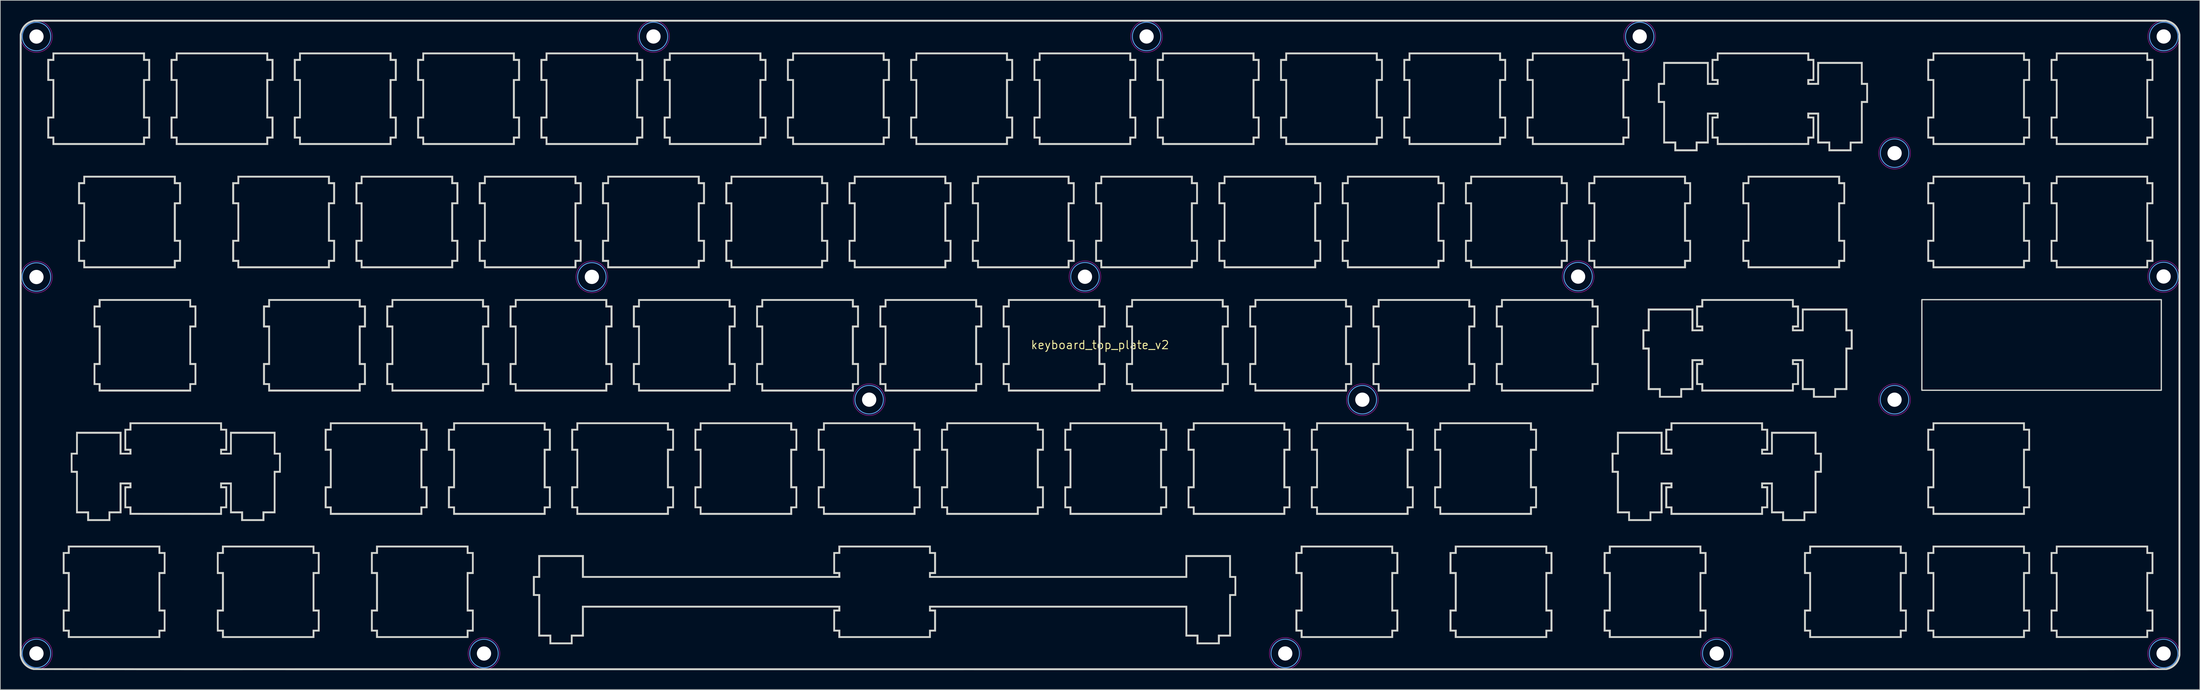
<source format=kicad_pcb>
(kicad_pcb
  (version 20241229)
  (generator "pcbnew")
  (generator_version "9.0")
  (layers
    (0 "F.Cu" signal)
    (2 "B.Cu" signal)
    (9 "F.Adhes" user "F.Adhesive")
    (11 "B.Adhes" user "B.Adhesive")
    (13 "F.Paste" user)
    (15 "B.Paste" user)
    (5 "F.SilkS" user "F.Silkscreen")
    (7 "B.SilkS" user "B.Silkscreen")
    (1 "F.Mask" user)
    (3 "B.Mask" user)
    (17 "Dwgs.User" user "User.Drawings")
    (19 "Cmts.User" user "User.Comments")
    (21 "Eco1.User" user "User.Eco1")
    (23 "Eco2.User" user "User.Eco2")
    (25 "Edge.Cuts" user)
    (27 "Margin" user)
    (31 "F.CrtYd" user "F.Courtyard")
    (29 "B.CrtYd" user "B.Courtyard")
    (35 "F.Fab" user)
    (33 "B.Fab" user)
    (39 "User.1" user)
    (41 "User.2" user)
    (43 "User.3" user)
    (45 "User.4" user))
  (footprint "keyboard_top_plate_v2"
    (layer "F.Cu")
    (at 166.925 50.255)
    (property "Reference" "keyboard_top_plate_v2" (at 0 0 0) (layer "F.SilkS") (effects (font (size 1.27 1.27) (thickness 0.15))))
    (attr through_hole)
    (fp_circle (center -164.341 -10.5) (end -162.141 -10.5) (stroke (width 0.15) (type solid)) (fill no) (layer "Cmts.User"))
    (fp_circle (center -164.341 47.668) (end -162.141 47.668) (stroke (width 0.15) (type solid)) (fill no) (layer "Cmts.User"))
    (fp_circle (center -164.337 -47.659) (end -162.137 -47.659) (stroke (width 0.15) (type solid)) (fill no) (layer "Cmts.User"))
    (fp_circle (center -95.187 47.678) (end -92.987 47.678) (stroke (width 0.15) (type solid)) (fill no) (layer "Cmts.User"))
    (fp_circle (center -78.519 -10.519) (end -76.319 -10.519) (stroke (width 0.15) (type solid)) (fill no) (layer "Cmts.User"))
    (fp_circle (center -68.994 -47.669) (end -66.794 -47.669) (stroke (width 0.15) (type solid)) (fill no) (layer "Cmts.User"))
    (fp_circle (center -35.667 8.453) (end -33.467 8.453) (stroke (width 0.15) (type solid)) (fill no) (layer "Cmts.User"))
    (fp_circle (center -2.322 -10.542) (end -0.122 -10.542) (stroke (width 0.15) (type solid)) (fill no) (layer "Cmts.User"))
    (fp_circle (center 7.203 -47.669) (end 9.403 -47.669) (stroke (width 0.15) (type solid)) (fill no) (layer "Cmts.User"))
    (fp_circle (center 28.626 47.67) (end 30.826 47.67) (stroke (width 0.15) (type solid)) (fill no) (layer "Cmts.User"))
    (fp_circle (center 40.542 8.458) (end 42.742 8.458) (stroke (width 0.15) (type solid)) (fill no) (layer "Cmts.User"))
    (fp_circle (center 73.883 -10.561) (end 76.083 -10.561) (stroke (width 0.15) (type solid)) (fill no) (layer "Cmts.User"))
    (fp_circle (center 83.398 -47.669) (end 85.598 -47.669) (stroke (width 0.15) (type solid)) (fill no) (layer "Cmts.User"))
    (fp_circle (center 95.299 47.678) (end 97.499 47.678) (stroke (width 0.15) (type solid)) (fill no) (layer "Cmts.User"))
    (fp_circle (center 122.776 8.458) (end 124.976 8.458) (stroke (width 0.15) (type solid)) (fill no) (layer "Cmts.User"))
    (fp_circle (center 122.785 -29.636) (end 124.985 -29.636) (stroke (width 0.15) (type solid)) (fill no) (layer "Cmts.User"))
    (fp_circle (center 164.355 47.677) (end 166.555 47.677) (stroke (width 0.15) (type solid)) (fill no) (layer "Cmts.User"))
    (fp_circle (center 164.359 -10.583) (end 166.559 -10.583) (stroke (width 0.15) (type solid)) (fill no) (layer "Cmts.User"))
    (fp_circle (center 164.374 -47.668) (end 166.574 -47.668) (stroke (width 0.15) (type solid)) (fill no) (layer "Cmts.User"))
    (fp_rect (start 127 -7) (end 164 7) (stroke (width 0.2) (type default)) (fill no) (layer "Edge.Cuts"))
    (fp_poly (pts (xy -147.574 -44.196) (xy -146.77 -44.196) (xy -146.77 -40.809) (xy -147.574 -40.809) (xy -147.574 -35.285) (xy -146.77 -35.285) (xy -146.77 -31.898) (xy -147.574 -31.898) (xy -147.574 -30.903) (xy -161.862 -30.903) (xy -161.862 -31.898) (xy -162.666 -31.898) (xy -162.666 -35.285) (xy -161.862 -35.285) (xy -161.862 -40.809) (xy -162.666 -40.809) (xy -162.666 -43.9) (xy -162.369 -43.9) (xy -162.369 -41.084) (xy -161.586 -41.084) (xy -161.586 -35.01) (xy -162.369 -35.01) (xy -162.369 -32.194) (xy -161.586 -32.194) (xy -161.586 -31.2) (xy -147.87 -31.2) (xy -147.87 -32.194) (xy -147.066 -32.194) (xy -147.066 -35.01) (xy -147.87 -35.01) (xy -147.87 -41.084) (xy -147.066 -41.084) (xy -147.066 -43.9) (xy -147.87 -43.9) (xy -147.87 -44.916) (xy -161.586 -44.916) (xy -161.586 -43.9) (xy -162.369 -43.9) (xy -162.666 -43.9) (xy -162.666 -44.196) (xy -161.862 -44.196) (xy -161.862 -45.191) (xy -147.574 -45.191) (xy -147.574 -44.196)) (stroke (width 0.01) (type solid)) (fill yes) (layer "Edge.Cuts"))
    (fp_poly (pts (xy -145.203 32.004) (xy -144.399 32.004) (xy -144.399 35.391) (xy -145.203 35.391) (xy -145.203 40.894) (xy -144.399 40.894) (xy -144.399 44.281) (xy -145.203 44.281) (xy -145.203 45.276) (xy -159.491 45.276) (xy -159.491 44.281) (xy -160.274 44.281) (xy -160.274 40.894) (xy -159.491 40.894) (xy -159.491 35.391) (xy -160.274 35.391) (xy -160.274 32.279) (xy -159.999 32.279) (xy -159.999 35.094) (xy -159.195 35.094) (xy -159.195 41.19) (xy -159.999 41.19) (xy -159.999 44.005) (xy -159.195 44.005) (xy -159.195 45) (xy -145.478 45) (xy -145.478 44.005) (xy -144.674 44.005) (xy -144.674 41.19) (xy -145.478 41.19) (xy -145.478 35.094) (xy -144.674 35.094) (xy -144.674 32.279) (xy -145.478 32.279) (xy -145.478 31.284) (xy -159.195 31.284) (xy -159.195 32.279) (xy -159.999 32.279) (xy -160.274 32.279) (xy -160.274 32.004) (xy -159.491 32.004) (xy -159.491 31.009) (xy -145.203 31.009) (xy -145.203 32.004)) (stroke (width 0.01) (type solid)) (fill yes) (layer "Edge.Cuts"))
    (fp_poly (pts (xy -140.441 -6.096) (xy -139.637 -6.096) (xy -139.637 -2.709) (xy -140.441 -2.709) (xy -140.441 2.794) (xy -139.637 2.794) (xy -139.637 6.181) (xy -140.441 6.181) (xy -140.441 7.197) (xy -154.728 7.197) (xy -154.728 6.181) (xy -155.512 6.181) (xy -155.512 2.794) (xy -154.728 2.794) (xy -154.728 -2.709) (xy -155.512 -2.709) (xy -155.512 -5.8) (xy -155.236 -5.8) (xy -155.236 -3.006) (xy -154.432 -3.006) (xy -154.432 3.09) (xy -155.236 3.09) (xy -155.236 5.905) (xy -154.432 5.905) (xy -154.432 6.9) (xy -140.716 6.9) (xy -140.716 5.905) (xy -139.912 5.905) (xy -139.912 3.09) (xy -140.716 3.09) (xy -140.716 -3.006) (xy -139.912 -3.006) (xy -139.912 -5.8) (xy -140.716 -5.8) (xy -140.716 -6.816) (xy -154.432 -6.816) (xy -154.432 -5.8) (xy -155.236 -5.8) (xy -155.512 -5.8) (xy -155.512 -6.096) (xy -154.728 -6.096) (xy -154.728 -7.091) (xy -140.441 -7.091) (xy -140.441 -6.096)) (stroke (width 0.01) (type solid)) (fill yes) (layer "Edge.Cuts"))
    (fp_poly (pts (xy -128.524 -44.196) (xy -127.72 -44.196) (xy -127.72 -40.809) (xy -128.524 -40.809) (xy -128.524 -35.285) (xy -127.72 -35.285) (xy -127.72 -31.898) (xy -128.524 -31.898) (xy -128.524 -30.903) (xy -142.811 -30.903) (xy -142.811 -31.898) (xy -143.616 -31.898) (xy -143.616 -35.285) (xy -142.811 -35.285) (xy -142.811 -40.809) (xy -143.616 -40.809) (xy -143.616 -43.9) (xy -143.32 -43.9) (xy -143.32 -41.084) (xy -142.536 -41.084) (xy -142.536 -35.01) (xy -143.32 -35.01) (xy -143.32 -32.194) (xy -142.536 -32.194) (xy -142.536 -31.2) (xy -128.82 -31.2) (xy -128.82 -32.194) (xy -128.016 -32.194) (xy -128.016 -35.01) (xy -128.82 -35.01) (xy -128.82 -41.084) (xy -128.016 -41.084) (xy -128.016 -43.9) (xy -128.82 -43.9) (xy -128.82 -44.916) (xy -142.536 -44.916) (xy -142.536 -43.9) (xy -143.32 -43.9) (xy -143.616 -43.9) (xy -143.616 -44.196) (xy -142.811 -44.196) (xy -142.811 -45.191) (xy -128.524 -45.191) (xy -128.524 -44.196)) (stroke (width 0.01) (type solid)) (fill yes) (layer "Edge.Cuts"))
    (fp_poly (pts (xy -121.391 32.004) (xy -120.587 32.004) (xy -120.587 35.391) (xy -121.391 35.391) (xy -121.391 40.894) (xy -120.587 40.894) (xy -120.587 44.281) (xy -121.391 44.281) (xy -121.391 45.276) (xy -135.678 45.276) (xy -135.678 44.281) (xy -136.462 44.281) (xy -136.462 40.894) (xy -135.678 40.894) (xy -135.678 35.391) (xy -136.462 35.391) (xy -136.462 32.279) (xy -136.186 32.279) (xy -136.186 35.094) (xy -135.382 35.094) (xy -135.382 41.19) (xy -136.186 41.19) (xy -136.186 44.005) (xy -135.382 44.005) (xy -135.382 45) (xy -121.666 45) (xy -121.666 44.005) (xy -120.862 44.005) (xy -120.862 41.19) (xy -121.666 41.19) (xy -121.666 35.094) (xy -120.862 35.094) (xy -120.862 32.279) (xy -121.666 32.279) (xy -121.666 31.284) (xy -135.382 31.284) (xy -135.382 32.279) (xy -136.186 32.279) (xy -136.462 32.279) (xy -136.462 32.004) (xy -135.678 32.004) (xy -135.678 31.009) (xy -121.391 31.009) (xy -121.391 32.004)) (stroke (width 0.01) (type solid)) (fill yes) (layer "Edge.Cuts"))
    (fp_poly (pts (xy -109.474 -44.196) (xy -108.67 -44.196) (xy -108.67 -40.809) (xy -109.474 -40.809) (xy -109.474 -35.285) (xy -108.67 -35.285) (xy -108.67 -31.898) (xy -109.474 -31.898) (xy -109.474 -30.903) (xy -123.761 -30.903) (xy -123.761 -31.898) (xy -124.566 -31.898) (xy -124.566 -35.285) (xy -123.761 -35.285) (xy -123.761 -40.809) (xy -124.566 -40.809) (xy -124.566 -43.9) (xy -124.269 -43.9) (xy -124.269 -41.084) (xy -123.486 -41.084) (xy -123.486 -35.01) (xy -124.269 -35.01) (xy -124.269 -32.194) (xy -123.486 -32.194) (xy -123.486 -31.2) (xy -109.77 -31.2) (xy -109.77 -32.194) (xy -108.966 -32.194) (xy -108.966 -35.01) (xy -109.77 -35.01) (xy -109.77 -41.084) (xy -108.966 -41.084) (xy -108.966 -43.9) (xy -109.77 -43.9) (xy -109.77 -44.916) (xy -123.486 -44.916) (xy -123.486 -43.9) (xy -124.269 -43.9) (xy -124.566 -43.9) (xy -124.566 -44.196) (xy -123.761 -44.196) (xy -123.761 -45.191) (xy -109.474 -45.191) (xy -109.474 -44.196)) (stroke (width 0.01) (type solid)) (fill yes) (layer "Edge.Cuts"))
    (fp_poly (pts (xy -104.712 12.954) (xy -103.907 12.954) (xy -103.907 16.341) (xy -104.712 16.341) (xy -104.712 21.844) (xy -103.907 21.844) (xy -103.907 25.231) (xy -104.712 25.231) (xy -104.712 26.247) (xy -118.999 26.247) (xy -118.999 25.231) (xy -119.803 25.231) (xy -119.803 21.844) (xy -118.999 21.844) (xy -118.999 16.341) (xy -119.803 16.341) (xy -119.803 13.229) (xy -119.507 13.229) (xy -119.507 16.044) (xy -118.724 16.044) (xy -118.724 22.14) (xy -119.507 22.14) (xy -119.507 24.956) (xy -118.724 24.956) (xy -118.724 25.95) (xy -105.008 25.95) (xy -105.008 24.956) (xy -104.204 24.956) (xy -104.204 22.14) (xy -105.008 22.14) (xy -105.008 16.044) (xy -104.204 16.044) (xy -104.204 13.229) (xy -105.008 13.229) (xy -105.008 12.234) (xy -118.724 12.234) (xy -118.724 13.229) (xy -119.507 13.229) (xy -119.803 13.229) (xy -119.803 12.954) (xy -118.999 12.954) (xy -118.999 11.959) (xy -104.712 11.959) (xy -104.712 12.954)) (stroke (width 0.01) (type solid)) (fill yes) (layer "Edge.Cuts"))
    (fp_poly (pts (xy -97.578 32.004) (xy -96.774 32.004) (xy -96.774 35.391) (xy -97.578 35.391) (xy -97.578 40.894) (xy -96.774 40.894) (xy -96.774 44.281) (xy -97.578 44.281) (xy -97.578 45.276) (xy -111.866 45.276) (xy -111.866 44.281) (xy -112.649 44.281) (xy -112.649 40.894) (xy -111.866 40.894) (xy -111.866 35.391) (xy -112.649 35.391) (xy -112.649 32.279) (xy -112.374 32.279) (xy -112.374 35.094) (xy -111.57 35.094) (xy -111.57 41.19) (xy -112.374 41.19) (xy -112.374 44.005) (xy -111.57 44.005) (xy -111.57 45) (xy -97.853 45) (xy -97.853 44.005) (xy -97.049 44.005) (xy -97.049 41.19) (xy -97.853 41.19) (xy -97.853 35.094) (xy -97.049 35.094) (xy -97.049 32.279) (xy -97.853 32.279) (xy -97.853 31.284) (xy -111.57 31.284) (xy -111.57 32.279) (xy -112.374 32.279) (xy -112.649 32.279) (xy -112.649 32.004) (xy -111.866 32.004) (xy -111.866 31.009) (xy -97.578 31.009) (xy -97.578 32.004)) (stroke (width 0.01) (type solid)) (fill yes) (layer "Edge.Cuts"))
    (fp_poly (pts (xy -90.424 -44.196) (xy -89.62 -44.196) (xy -89.62 -40.809) (xy -90.424 -40.809) (xy -90.424 -35.285) (xy -89.62 -35.285) (xy -89.62 -31.898) (xy -90.424 -31.898) (xy -90.424 -30.903) (xy -104.712 -30.903) (xy -104.712 -31.898) (xy -105.516 -31.898) (xy -105.516 -35.285) (xy -104.712 -35.285) (xy -104.712 -40.809) (xy -105.516 -40.809) (xy -105.516 -43.9) (xy -105.219 -43.9) (xy -105.219 -41.084) (xy -104.436 -41.084) (xy -104.436 -35.01) (xy -105.219 -35.01) (xy -105.219 -32.194) (xy -104.436 -32.194) (xy -104.436 -31.2) (xy -90.72 -31.2) (xy -90.72 -32.194) (xy -89.916 -32.194) (xy -89.916 -35.01) (xy -90.72 -35.01) (xy -90.72 -41.084) (xy -89.916 -41.084) (xy -89.916 -43.9) (xy -90.72 -43.9) (xy -90.72 -44.916) (xy -104.436 -44.916) (xy -104.436 -43.9) (xy -105.219 -43.9) (xy -105.516 -43.9) (xy -105.516 -44.196) (xy -104.712 -44.196) (xy -104.712 -45.191) (xy -90.424 -45.191) (xy -90.424 -44.196)) (stroke (width 0.01) (type solid)) (fill yes) (layer "Edge.Cuts"))
    (fp_poly (pts (xy -66.612 12.954) (xy -65.828 12.954) (xy -65.828 16.341) (xy -66.612 16.341) (xy -66.612 21.844) (xy -65.828 21.844) (xy -65.828 25.231) (xy -66.612 25.231) (xy -66.612 26.247) (xy -80.899 26.247) (xy -80.899 25.231) (xy -81.703 25.231) (xy -81.703 21.844) (xy -80.899 21.844) (xy -80.899 16.341) (xy -81.703 16.341) (xy -81.703 13.229) (xy -81.407 13.229) (xy -81.407 16.044) (xy -80.624 16.044) (xy -80.624 22.14) (xy -81.407 22.14) (xy -81.407 24.956) (xy -80.624 24.956) (xy -80.624 25.95) (xy -66.908 25.95) (xy -66.908 24.956) (xy -66.103 24.956) (xy -66.103 22.14) (xy -66.908 22.14) (xy -66.908 16.044) (xy -66.103 16.044) (xy -66.103 13.229) (xy -66.908 13.229) (xy -66.908 12.234) (xy -80.624 12.234) (xy -80.624 13.229) (xy -81.407 13.229) (xy -81.703 13.229) (xy -81.703 12.954) (xy -80.899 12.954) (xy -80.899 11.959) (xy -66.612 11.959) (xy -66.612 12.954)) (stroke (width 0.01) (type solid)) (fill yes) (layer "Edge.Cuts"))
    (fp_poly (pts (xy -57.087 -6.096) (xy -56.303 -6.096) (xy -56.303 -2.709) (xy -57.087 -2.709) (xy -57.087 2.794) (xy -56.303 2.794) (xy -56.303 6.181) (xy -57.087 6.181) (xy -57.087 7.197) (xy -71.374 7.197) (xy -71.374 6.181) (xy -72.178 6.181) (xy -72.178 2.794) (xy -71.374 2.794) (xy -71.374 -2.709) (xy -72.178 -2.709) (xy -72.178 -5.8) (xy -71.882 -5.8) (xy -71.882 -3.006) (xy -71.099 -3.006) (xy -71.099 3.09) (xy -71.882 3.09) (xy -71.882 5.905) (xy -71.099 5.905) (xy -71.099 6.9) (xy -57.383 6.9) (xy -57.383 5.905) (xy -56.578 5.905) (xy -56.578 3.09) (xy -57.383 3.09) (xy -57.383 -3.006) (xy -56.578 -3.006) (xy -56.578 -5.8) (xy -57.383 -5.8) (xy -57.383 -6.816) (xy -71.099 -6.816) (xy -71.099 -5.8) (xy -71.882 -5.8) (xy -72.178 -5.8) (xy -72.178 -6.096) (xy -71.374 -6.096) (xy -71.374 -7.091) (xy -57.087 -7.091) (xy -57.087 -6.096)) (stroke (width 0.01) (type solid)) (fill yes) (layer "Edge.Cuts"))
    (fp_poly (pts (xy -52.324 -44.196) (xy -51.541 -44.196) (xy -51.541 -40.809) (xy -52.324 -40.809) (xy -52.324 -35.285) (xy -51.541 -35.285) (xy -51.541 -31.898) (xy -52.324 -31.898) (xy -52.324 -30.903) (xy -66.612 -30.903) (xy -66.612 -31.898) (xy -67.416 -31.898) (xy -67.416 -35.285) (xy -66.612 -35.285) (xy -66.612 -40.809) (xy -67.416 -40.809) (xy -67.416 -43.9) (xy -67.12 -43.9) (xy -67.12 -41.084) (xy -66.336 -41.084) (xy -66.336 -35.01) (xy -67.12 -35.01) (xy -67.12 -32.194) (xy -66.336 -32.194) (xy -66.336 -31.2) (xy -52.62 -31.2) (xy -52.62 -32.194) (xy -51.816 -32.194) (xy -51.816 -35.01) (xy -52.62 -35.01) (xy -52.62 -41.084) (xy -51.816 -41.084) (xy -51.816 -43.9) (xy -52.62 -43.9) (xy -52.62 -44.916) (xy -66.336 -44.916) (xy -66.336 -43.9) (xy -67.12 -43.9) (xy -67.416 -43.9) (xy -67.416 -44.196) (xy -66.612 -44.196) (xy -66.612 -45.191) (xy -52.324 -45.191) (xy -52.324 -44.196)) (stroke (width 0.01) (type solid)) (fill yes) (layer "Edge.Cuts"))
    (fp_poly (pts (xy -47.562 12.954) (xy -46.778 12.954) (xy -46.778 16.341) (xy -47.562 16.341) (xy -47.562 21.844) (xy -46.778 21.844) (xy -46.778 25.231) (xy -47.562 25.231) (xy -47.562 26.247) (xy -61.849 26.247) (xy -61.849 25.231) (xy -62.653 25.231) (xy -62.653 21.844) (xy -61.849 21.844) (xy -61.849 16.341) (xy -62.653 16.341) (xy -62.653 13.229) (xy -62.378 13.229) (xy -62.378 16.044) (xy -61.574 16.044) (xy -61.574 22.14) (xy -62.378 22.14) (xy -62.378 24.956) (xy -61.574 24.956) (xy -61.574 25.95) (xy -47.858 25.95) (xy -47.858 24.956) (xy -47.053 24.956) (xy -47.053 22.14) (xy -47.858 22.14) (xy -47.858 16.044) (xy -47.053 16.044) (xy -47.053 13.229) (xy -47.858 13.229) (xy -47.858 12.234) (xy -61.574 12.234) (xy -61.574 13.229) (xy -62.378 13.229) (xy -62.653 13.229) (xy -62.653 12.954) (xy -61.849 12.954) (xy -61.849 11.959) (xy -47.562 11.959) (xy -47.562 12.954)) (stroke (width 0.01) (type solid)) (fill yes) (layer "Edge.Cuts"))
    (fp_poly (pts (xy -38.036 -6.096) (xy -37.253 -6.096) (xy -37.253 -2.709) (xy -38.036 -2.709) (xy -38.036 2.794) (xy -37.253 2.794) (xy -37.253 6.181) (xy -38.036 6.181) (xy -38.036 7.197) (xy -52.324 7.197) (xy -52.324 6.181) (xy -53.128 6.181) (xy -53.128 2.794) (xy -52.324 2.794) (xy -52.324 -2.709) (xy -53.128 -2.709) (xy -53.128 -5.8) (xy -52.853 -5.8) (xy -52.853 -3.006) (xy -52.049 -3.006) (xy -52.049 3.09) (xy -52.853 3.09) (xy -52.853 5.905) (xy -52.049 5.905) (xy -52.049 6.9) (xy -38.333 6.9) (xy -38.333 5.905) (xy -37.529 5.905) (xy -37.529 3.09) (xy -38.333 3.09) (xy -38.333 -3.006) (xy -37.529 -3.006) (xy -37.529 -5.8) (xy -38.333 -5.8) (xy -38.333 -6.816) (xy -52.049 -6.816) (xy -52.049 -5.8) (xy -52.853 -5.8) (xy -53.128 -5.8) (xy -53.128 -6.096) (xy -52.324 -6.096) (xy -52.324 -7.091) (xy -38.036 -7.091) (xy -38.036 -6.096)) (stroke (width 0.01) (type solid)) (fill yes) (layer "Edge.Cuts"))
    (fp_poly (pts (xy -28.512 12.954) (xy -27.728 12.954) (xy -27.728 16.341) (xy -28.512 16.341) (xy -28.512 21.844) (xy -27.728 21.844) (xy -27.728 25.231) (xy -28.512 25.231) (xy -28.512 26.247) (xy -42.799 26.247) (xy -42.799 25.231) (xy -43.603 25.231) (xy -43.603 21.844) (xy -42.799 21.844) (xy -42.799 16.341) (xy -43.603 16.341) (xy -43.603 13.229) (xy -43.328 13.229) (xy -43.328 16.044) (xy -42.524 16.044) (xy -42.524 22.14) (xy -43.328 22.14) (xy -43.328 24.956) (xy -42.524 24.956) (xy -42.524 25.95) (xy -28.808 25.95) (xy -28.808 24.956) (xy -28.003 24.956) (xy -28.003 22.14) (xy -28.808 22.14) (xy -28.808 16.044) (xy -28.003 16.044) (xy -28.003 13.229) (xy -28.808 13.229) (xy -28.808 12.234) (xy -42.524 12.234) (xy -42.524 13.229) (xy -43.328 13.229) (xy -43.603 13.229) (xy -43.603 12.954) (xy -42.799 12.954) (xy -42.799 11.959) (xy -28.512 11.959) (xy -28.512 12.954)) (stroke (width 0.01) (type solid)) (fill yes) (layer "Edge.Cuts"))
    (fp_poly (pts (xy -18.986 -6.096) (xy -18.203 -6.096) (xy -18.203 -2.709) (xy -18.986 -2.709) (xy -18.986 2.794) (xy -18.203 2.794) (xy -18.203 6.181) (xy -18.986 6.181) (xy -18.986 7.197) (xy -33.274 7.197) (xy -33.274 6.181) (xy -34.078 6.181) (xy -34.078 2.794) (xy -33.274 2.794) (xy -33.274 -2.709) (xy -34.078 -2.709) (xy -34.078 -5.8) (xy -33.803 -5.8) (xy -33.803 -3.006) (xy -32.999 -3.006) (xy -32.999 3.09) (xy -33.803 3.09) (xy -33.803 5.905) (xy -32.999 5.905) (xy -32.999 6.9) (xy -19.283 6.9) (xy -19.283 5.905) (xy -18.479 5.905) (xy -18.479 3.09) (xy -19.283 3.09) (xy -19.283 -3.006) (xy -18.479 -3.006) (xy -18.479 -5.8) (xy -19.283 -5.8) (xy -19.283 -6.816) (xy -32.999 -6.816) (xy -32.999 -5.8) (xy -33.803 -5.8) (xy -34.078 -5.8) (xy -34.078 -6.096) (xy -33.274 -6.096) (xy -33.274 -7.091) (xy -18.986 -7.091) (xy -18.986 -6.096)) (stroke (width 0.01) (type solid)) (fill yes) (layer "Edge.Cuts"))
    (fp_poly (pts (xy -9.461 12.954) (xy -8.678 12.954) (xy -8.678 16.341) (xy -9.461 16.341) (xy -9.461 21.844) (xy -8.678 21.844) (xy -8.678 25.231) (xy -9.461 25.231) (xy -9.461 26.247) (xy -23.749 26.247) (xy -23.749 25.231) (xy -24.553 25.231) (xy -24.553 21.844) (xy -23.749 21.844) (xy -23.749 16.341) (xy -24.553 16.341) (xy -24.553 13.229) (xy -24.278 13.229) (xy -24.278 16.044) (xy -23.474 16.044) (xy -23.474 22.14) (xy -24.278 22.14) (xy -24.278 24.956) (xy -23.474 24.956) (xy -23.474 25.95) (xy -9.758 25.95) (xy -9.758 24.956) (xy -8.954 24.956) (xy -8.954 22.14) (xy -9.758 22.14) (xy -9.758 16.044) (xy -8.954 16.044) (xy -8.954 13.229) (xy -9.758 13.229) (xy -9.758 12.234) (xy -23.474 12.234) (xy -23.474 13.229) (xy -24.278 13.229) (xy -24.553 13.229) (xy -24.553 12.954) (xy -23.749 12.954) (xy -23.749 11.959) (xy -9.461 11.959) (xy -9.461 12.954)) (stroke (width 0.01) (type solid)) (fill yes) (layer "Edge.Cuts"))
    (fp_poly (pts (xy -4.699 -25.146) (xy -3.916 -25.146) (xy -3.916 -21.759) (xy -4.699 -21.759) (xy -4.699 -16.235) (xy -3.916 -16.235) (xy -3.916 -12.848) (xy -4.699 -12.848) (xy -4.699 -11.853) (xy -18.986 -11.853) (xy -18.986 -12.848) (xy -19.791 -12.848) (xy -19.791 -16.235) (xy -18.986 -16.235) (xy -18.986 -21.759) (xy -19.791 -21.759) (xy -19.791 -24.85) (xy -19.516 -24.85) (xy -19.516 -22.035) (xy -18.711 -22.035) (xy -18.711 -15.96) (xy -19.516 -15.96) (xy -19.516 -13.145) (xy -18.711 -13.145) (xy -18.711 -12.15) (xy -4.995 -12.15) (xy -4.995 -13.145) (xy -4.191 -13.145) (xy -4.191 -15.96) (xy -4.995 -15.96) (xy -4.995 -22.035) (xy -4.191 -22.035) (xy -4.191 -24.85) (xy -4.995 -24.85) (xy -4.995 -25.866) (xy -18.711 -25.866) (xy -18.711 -24.85) (xy -19.516 -24.85) (xy -19.791 -24.85) (xy -19.791 -25.146) (xy -18.986 -25.146) (xy -18.986 -26.141) (xy -4.699 -26.141) (xy -4.699 -25.146)) (stroke (width 0.01) (type solid)) (fill yes) (layer "Edge.Cuts"))
    (fp_poly (pts (xy 0.064 -6.096) (xy 0.847 -6.096) (xy 0.847 -2.709) (xy 0.064 -2.709) (xy 0.064 2.794) (xy 0.847 2.794) (xy 0.847 6.181) (xy 0.064 6.181) (xy 0.064 7.197) (xy -14.224 7.197) (xy -14.224 6.181) (xy -15.028 6.181) (xy -15.028 2.794) (xy -14.224 2.794) (xy -14.224 -2.709) (xy -15.028 -2.709) (xy -15.028 -5.8) (xy -14.753 -5.8) (xy -14.753 -3.006) (xy -13.949 -3.006) (xy -13.949 3.09) (xy -14.753 3.09) (xy -14.753 5.905) (xy -13.949 5.905) (xy -13.949 6.9) (xy -0.233 6.9) (xy -0.233 5.905) (xy 0.572 5.905) (xy 0.572 3.09) (xy -0.233 3.09) (xy -0.233 -3.006) (xy 0.572 -3.006) (xy 0.572 -5.8) (xy -0.233 -5.8) (xy -0.233 -6.816) (xy -13.949 -6.816) (xy -13.949 -5.8) (xy -14.753 -5.8) (xy -15.028 -5.8) (xy -15.028 -6.096) (xy -14.224 -6.096) (xy -14.224 -7.091) (xy 0.064 -7.091) (xy 0.064 -6.096)) (stroke (width 0.01) (type solid)) (fill yes) (layer "Edge.Cuts"))
    (fp_poly (pts (xy 4.826 -44.196) (xy 5.609 -44.196) (xy 5.609 -40.809) (xy 4.826 -40.809) (xy 4.826 -35.285) (xy 5.609 -35.285) (xy 5.609 -31.898) (xy 4.826 -31.898) (xy 4.826 -30.903) (xy -9.461 -30.903) (xy -9.461 -31.898) (xy -10.266 -31.898) (xy -10.266 -35.285) (xy -9.461 -35.285) (xy -9.461 -40.809) (xy -10.266 -40.809) (xy -10.266 -43.9) (xy -9.991 -43.9) (xy -9.991 -41.084) (xy -9.186 -41.084) (xy -9.186 -35.01) (xy -9.991 -35.01) (xy -9.991 -32.194) (xy -9.186 -32.194) (xy -9.186 -31.2) (xy 4.53 -31.2) (xy 4.53 -32.194) (xy 5.334 -32.194) (xy 5.334 -35.01) (xy 4.53 -35.01) (xy 4.53 -41.084) (xy 5.334 -41.084) (xy 5.334 -43.9) (xy 4.53 -43.9) (xy 4.53 -44.916) (xy -9.186 -44.916) (xy -9.186 -43.9) (xy -9.991 -43.9) (xy -10.266 -43.9) (xy -10.266 -44.196) (xy -9.461 -44.196) (xy -9.461 -45.191) (xy 4.826 -45.191) (xy 4.826 -44.196)) (stroke (width 0.01) (type solid)) (fill yes) (layer "Edge.Cuts"))
    (fp_poly (pts (xy 9.588 12.954) (xy 10.372 12.954) (xy 10.372 16.341) (xy 9.588 16.341) (xy 9.588 21.844) (xy 10.372 21.844) (xy 10.372 25.231) (xy 9.588 25.231) (xy 9.588 26.247) (xy -4.699 26.247) (xy -4.699 25.231) (xy -5.503 25.231) (xy -5.503 21.844) (xy -4.699 21.844) (xy -4.699 16.341) (xy -5.503 16.341) (xy -5.503 13.229) (xy -5.228 13.229) (xy -5.228 16.044) (xy -4.424 16.044) (xy -4.424 22.14) (xy -5.228 22.14) (xy -5.228 24.956) (xy -4.424 24.956) (xy -4.424 25.95) (xy 9.292 25.95) (xy 9.292 24.956) (xy 10.097 24.956) (xy 10.097 22.14) (xy 9.292 22.14) (xy 9.292 16.044) (xy 10.097 16.044) (xy 10.097 13.229) (xy 9.292 13.229) (xy 9.292 12.234) (xy -4.424 12.234) (xy -4.424 13.229) (xy -5.228 13.229) (xy -5.503 13.229) (xy -5.503 12.954) (xy -4.699 12.954) (xy -4.699 11.959) (xy 9.588 11.959) (xy 9.588 12.954)) (stroke (width 0.01) (type solid)) (fill yes) (layer "Edge.Cuts"))
    (fp_poly (pts (xy 14.351 -25.146) (xy 15.134 -25.146) (xy 15.134 -21.759) (xy 14.351 -21.759) (xy 14.351 -16.235) (xy 15.134 -16.235) (xy 15.134 -12.848) (xy 14.351 -12.848) (xy 14.351 -11.853) (xy 0.064 -11.853) (xy 0.064 -12.848) (xy -0.741 -12.848) (xy -0.741 -16.235) (xy 0.064 -16.235) (xy 0.064 -21.759) (xy -0.741 -21.759) (xy -0.741 -24.85) (xy -0.466 -24.85) (xy -0.466 -22.035) (xy 0.339 -22.035) (xy 0.339 -15.96) (xy -0.466 -15.96) (xy -0.466 -13.145) (xy 0.339 -13.145) (xy 0.339 -12.15) (xy 14.055 -12.15) (xy 14.055 -13.145) (xy 14.859 -13.145) (xy 14.859 -15.96) (xy 14.055 -15.96) (xy 14.055 -22.035) (xy 14.859 -22.035) (xy 14.859 -24.85) (xy 14.055 -24.85) (xy 14.055 -25.866) (xy 0.339 -25.866) (xy 0.339 -24.85) (xy -0.466 -24.85) (xy -0.741 -24.85) (xy -0.741 -25.146) (xy 0.064 -25.146) (xy 0.064 -26.141) (xy 14.351 -26.141) (xy 14.351 -25.146)) (stroke (width 0.01) (type solid)) (fill yes) (layer "Edge.Cuts"))
    (fp_poly (pts (xy 19.113 -6.096) (xy 19.897 -6.096) (xy 19.897 -2.709) (xy 19.113 -2.709) (xy 19.113 2.794) (xy 19.897 2.794) (xy 19.897 6.181) (xy 19.113 6.181) (xy 19.113 7.197) (xy 4.826 7.197) (xy 4.826 6.181) (xy 4.022 6.181) (xy 4.022 2.794) (xy 4.826 2.794) (xy 4.826 -2.709) (xy 4.022 -2.709) (xy 4.022 -5.8) (xy 4.297 -5.8) (xy 4.297 -3.006) (xy 5.101 -3.006) (xy 5.101 3.09) (xy 4.297 3.09) (xy 4.297 5.905) (xy 5.101 5.905) (xy 5.101 6.9) (xy 18.817 6.9) (xy 18.817 5.905) (xy 19.622 5.905) (xy 19.622 3.09) (xy 18.817 3.09) (xy 18.817 -3.006) (xy 19.622 -3.006) (xy 19.622 -5.8) (xy 18.817 -5.8) (xy 18.817 -6.816) (xy 5.101 -6.816) (xy 5.101 -5.8) (xy 4.297 -5.8) (xy 4.022 -5.8) (xy 4.022 -6.096) (xy 4.826 -6.096) (xy 4.826 -7.091) (xy 19.113 -7.091) (xy 19.113 -6.096)) (stroke (width 0.01) (type solid)) (fill yes) (layer "Edge.Cuts"))
    (fp_poly (pts (xy 23.876 -44.196) (xy 24.659 -44.196) (xy 24.659 -40.809) (xy 23.876 -40.809) (xy 23.876 -35.285) (xy 24.659 -35.285) (xy 24.659 -31.898) (xy 23.876 -31.898) (xy 23.876 -30.903) (xy 9.588 -30.903) (xy 9.588 -31.898) (xy 8.784 -31.898) (xy 8.784 -35.285) (xy 9.588 -35.285) (xy 9.588 -40.809) (xy 8.784 -40.809) (xy 8.784 -43.9) (xy 9.059 -43.9) (xy 9.059 -41.084) (xy 9.864 -41.084) (xy 9.864 -35.01) (xy 9.059 -35.01) (xy 9.059 -32.194) (xy 9.864 -32.194) (xy 9.864 -31.2) (xy 23.58 -31.2) (xy 23.58 -32.194) (xy 24.384 -32.194) (xy 24.384 -35.01) (xy 23.58 -35.01) (xy 23.58 -41.084) (xy 24.384 -41.084) (xy 24.384 -43.9) (xy 23.58 -43.9) (xy 23.58 -44.916) (xy 9.864 -44.916) (xy 9.864 -43.9) (xy 9.059 -43.9) (xy 8.784 -43.9) (xy 8.784 -44.196) (xy 9.588 -44.196) (xy 9.588 -45.191) (xy 23.876 -45.191) (xy 23.876 -44.196)) (stroke (width 0.01) (type solid)) (fill yes) (layer "Edge.Cuts"))
    (fp_poly (pts (xy 28.639 12.954) (xy 29.422 12.954) (xy 29.422 16.341) (xy 28.639 16.341) (xy 28.639 21.844) (xy 29.422 21.844) (xy 29.422 25.231) (xy 28.639 25.231) (xy 28.639 26.247) (xy 14.351 26.247) (xy 14.351 25.231) (xy 13.547 25.231) (xy 13.547 21.844) (xy 14.351 21.844) (xy 14.351 16.341) (xy 13.547 16.341) (xy 13.547 13.229) (xy 13.822 13.229) (xy 13.822 16.044) (xy 14.626 16.044) (xy 14.626 22.14) (xy 13.822 22.14) (xy 13.822 24.956) (xy 14.626 24.956) (xy 14.626 25.95) (xy 28.342 25.95) (xy 28.342 24.956) (xy 29.146 24.956) (xy 29.146 22.14) (xy 28.342 22.14) (xy 28.342 16.044) (xy 29.146 16.044) (xy 29.146 13.229) (xy 28.342 13.229) (xy 28.342 12.234) (xy 14.626 12.234) (xy 14.626 13.229) (xy 13.822 13.229) (xy 13.547 13.229) (xy 13.547 12.954) (xy 14.351 12.954) (xy 14.351 11.959) (xy 28.639 11.959) (xy 28.639 12.954)) (stroke (width 0.01) (type solid)) (fill yes) (layer "Edge.Cuts"))
    (fp_poly (pts (xy 33.401 -25.146) (xy 34.184 -25.146) (xy 34.184 -21.759) (xy 33.401 -21.759) (xy 33.401 -16.235) (xy 34.184 -16.235) (xy 34.184 -12.848) (xy 33.401 -12.848) (xy 33.401 -11.853) (xy 19.113 -11.853) (xy 19.113 -12.848) (xy 18.309 -12.848) (xy 18.309 -16.235) (xy 19.113 -16.235) (xy 19.113 -21.759) (xy 18.309 -21.759) (xy 18.309 -24.85) (xy 18.584 -24.85) (xy 18.584 -22.035) (xy 19.389 -22.035) (xy 19.389 -15.96) (xy 18.584 -15.96) (xy 18.584 -13.145) (xy 19.389 -13.145) (xy 19.389 -12.15) (xy 33.105 -12.15) (xy 33.105 -13.145) (xy 33.909 -13.145) (xy 33.909 -15.96) (xy 33.105 -15.96) (xy 33.105 -22.035) (xy 33.909 -22.035) (xy 33.909 -24.85) (xy 33.105 -24.85) (xy 33.105 -25.866) (xy 19.389 -25.866) (xy 19.389 -24.85) (xy 18.584 -24.85) (xy 18.309 -24.85) (xy 18.309 -25.146) (xy 19.113 -25.146) (xy 19.113 -26.141) (xy 33.401 -26.141) (xy 33.401 -25.146)) (stroke (width 0.01) (type solid)) (fill yes) (layer "Edge.Cuts"))
    (fp_poly (pts (xy 38.163 -6.096) (xy 38.947 -6.096) (xy 38.947 -2.709) (xy 38.163 -2.709) (xy 38.163 2.794) (xy 38.947 2.794) (xy 38.947 6.181) (xy 38.163 6.181) (xy 38.163 7.197) (xy 23.876 7.197) (xy 23.876 6.181) (xy 23.072 6.181) (xy 23.072 2.794) (xy 23.876 2.794) (xy 23.876 -2.709) (xy 23.072 -2.709) (xy 23.072 -5.8) (xy 23.347 -5.8) (xy 23.347 -3.006) (xy 24.151 -3.006) (xy 24.151 3.09) (xy 23.347 3.09) (xy 23.347 5.905) (xy 24.151 5.905) (xy 24.151 6.9) (xy 37.867 6.9) (xy 37.867 5.905) (xy 38.672 5.905) (xy 38.672 3.09) (xy 37.867 3.09) (xy 37.867 -3.006) (xy 38.672 -3.006) (xy 38.672 -5.8) (xy 37.867 -5.8) (xy 37.867 -6.816) (xy 24.151 -6.816) (xy 24.151 -5.8) (xy 23.347 -5.8) (xy 23.072 -5.8) (xy 23.072 -6.096) (xy 23.876 -6.096) (xy 23.876 -7.091) (xy 38.163 -7.091) (xy 38.163 -6.096)) (stroke (width 0.01) (type solid)) (fill yes) (layer "Edge.Cuts"))
    (fp_poly (pts (xy 42.926 -44.196) (xy 43.709 -44.196) (xy 43.709 -40.809) (xy 42.926 -40.809) (xy 42.926 -35.285) (xy 43.709 -35.285) (xy 43.709 -31.898) (xy 42.926 -31.898) (xy 42.926 -30.903) (xy 28.639 -30.903) (xy 28.639 -31.898) (xy 27.834 -31.898) (xy 27.834 -35.285) (xy 28.639 -35.285) (xy 28.639 -40.809) (xy 27.834 -40.809) (xy 27.834 -43.9) (xy 28.109 -43.9) (xy 28.109 -41.084) (xy 28.914 -41.084) (xy 28.914 -35.01) (xy 28.109 -35.01) (xy 28.109 -32.194) (xy 28.914 -32.194) (xy 28.914 -31.2) (xy 42.63 -31.2) (xy 42.63 -32.194) (xy 43.434 -32.194) (xy 43.434 -35.01) (xy 42.63 -35.01) (xy 42.63 -41.084) (xy 43.434 -41.084) (xy 43.434 -43.9) (xy 42.63 -43.9) (xy 42.63 -44.916) (xy 28.914 -44.916) (xy 28.914 -43.9) (xy 28.109 -43.9) (xy 27.834 -43.9) (xy 27.834 -44.196) (xy 28.639 -44.196) (xy 28.639 -45.191) (xy 42.926 -45.191) (xy 42.926 -44.196)) (stroke (width 0.01) (type solid)) (fill yes) (layer "Edge.Cuts"))
    (fp_poly (pts (xy 45.297 32.004) (xy 46.101 32.004) (xy 46.101 35.391) (xy 45.297 35.391) (xy 45.297 40.894) (xy 46.101 40.894) (xy 46.101 44.281) (xy 45.297 44.281) (xy 45.297 45.276) (xy 31.009 45.276) (xy 31.009 44.281) (xy 30.205 44.281) (xy 30.205 40.894) (xy 31.009 40.894) (xy 31.009 35.391) (xy 30.205 35.391) (xy 30.205 32.279) (xy 30.501 32.279) (xy 30.501 35.094) (xy 31.305 35.094) (xy 31.305 41.19) (xy 30.501 41.19) (xy 30.501 44.005) (xy 31.305 44.005) (xy 31.305 45) (xy 45.022 45) (xy 45.022 44.005) (xy 45.805 44.005) (xy 45.805 41.19) (xy 45.022 41.19) (xy 45.022 35.094) (xy 45.805 35.094) (xy 45.805 32.279) (xy 45.022 32.279) (xy 45.022 31.284) (xy 31.305 31.284) (xy 31.305 32.279) (xy 30.501 32.279) (xy 30.205 32.279) (xy 30.205 32.004) (xy 31.009 32.004) (xy 31.009 31.009) (xy 45.297 31.009) (xy 45.297 32.004)) (stroke (width 0.01) (type solid)) (fill yes) (layer "Edge.Cuts"))
    (fp_poly (pts (xy 47.688 12.954) (xy 48.472 12.954) (xy 48.472 16.341) (xy 47.688 16.341) (xy 47.688 21.844) (xy 48.472 21.844) (xy 48.472 25.231) (xy 47.688 25.231) (xy 47.688 26.247) (xy 33.401 26.247) (xy 33.401 25.231) (xy 32.597 25.231) (xy 32.597 21.844) (xy 33.401 21.844) (xy 33.401 16.341) (xy 32.597 16.341) (xy 32.597 13.229) (xy 32.872 13.229) (xy 32.872 16.044) (xy 33.676 16.044) (xy 33.676 22.14) (xy 32.872 22.14) (xy 32.872 24.956) (xy 33.676 24.956) (xy 33.676 25.95) (xy 47.392 25.95) (xy 47.392 24.956) (xy 48.197 24.956) (xy 48.197 22.14) (xy 47.392 22.14) (xy 47.392 16.044) (xy 48.197 16.044) (xy 48.197 13.229) (xy 47.392 13.229) (xy 47.392 12.234) (xy 33.676 12.234) (xy 33.676 13.229) (xy 32.872 13.229) (xy 32.597 13.229) (xy 32.597 12.954) (xy 33.401 12.954) (xy 33.401 11.959) (xy 47.688 11.959) (xy 47.688 12.954)) (stroke (width 0.01) (type solid)) (fill yes) (layer "Edge.Cuts"))
    (fp_poly (pts (xy 52.451 -25.146) (xy 53.234 -25.146) (xy 53.234 -21.759) (xy 52.451 -21.759) (xy 52.451 -16.235) (xy 53.234 -16.235) (xy 53.234 -12.848) (xy 52.451 -12.848) (xy 52.451 -11.853) (xy 38.163 -11.853) (xy 38.163 -12.848) (xy 37.359 -12.848) (xy 37.359 -16.235) (xy 38.163 -16.235) (xy 38.163 -21.759) (xy 37.359 -21.759) (xy 37.359 -24.85) (xy 37.634 -24.85) (xy 37.634 -22.035) (xy 38.439 -22.035) (xy 38.439 -15.96) (xy 37.634 -15.96) (xy 37.634 -13.145) (xy 38.439 -13.145) (xy 38.439 -12.15) (xy 52.155 -12.15) (xy 52.155 -13.145) (xy 52.959 -13.145) (xy 52.959 -15.96) (xy 52.155 -15.96) (xy 52.155 -22.035) (xy 52.959 -22.035) (xy 52.959 -24.85) (xy 52.155 -24.85) (xy 52.155 -25.866) (xy 38.439 -25.866) (xy 38.439 -24.85) (xy 37.634 -24.85) (xy 37.359 -24.85) (xy 37.359 -25.146) (xy 38.163 -25.146) (xy 38.163 -26.141) (xy 52.451 -26.141) (xy 52.451 -25.146)) (stroke (width 0.01) (type solid)) (fill yes) (layer "Edge.Cuts"))
    (fp_poly (pts (xy 57.214 -6.096) (xy 57.997 -6.096) (xy 57.997 -2.709) (xy 57.214 -2.709) (xy 57.214 2.794) (xy 57.997 2.794) (xy 57.997 6.181) (xy 57.214 6.181) (xy 57.214 7.197) (xy 42.926 7.197) (xy 42.926 6.181) (xy 42.122 6.181) (xy 42.122 2.794) (xy 42.926 2.794) (xy 42.926 -2.709) (xy 42.122 -2.709) (xy 42.122 -5.8) (xy 42.397 -5.8) (xy 42.397 -3.006) (xy 43.201 -3.006) (xy 43.201 3.09) (xy 42.397 3.09) (xy 42.397 5.905) (xy 43.201 5.905) (xy 43.201 6.9) (xy 56.917 6.9) (xy 56.917 5.905) (xy 57.721 5.905) (xy 57.721 3.09) (xy 56.917 3.09) (xy 56.917 -3.006) (xy 57.721 -3.006) (xy 57.721 -5.8) (xy 56.917 -5.8) (xy 56.917 -6.816) (xy 43.201 -6.816) (xy 43.201 -5.8) (xy 42.397 -5.8) (xy 42.122 -5.8) (xy 42.122 -6.096) (xy 42.926 -6.096) (xy 42.926 -7.091) (xy 57.214 -7.091) (xy 57.214 -6.096)) (stroke (width 0.01) (type solid)) (fill yes) (layer "Edge.Cuts"))
    (fp_poly (pts (xy 61.976 -44.196) (xy 62.759 -44.196) (xy 62.759 -40.809) (xy 61.976 -40.809) (xy 61.976 -35.285) (xy 62.759 -35.285) (xy 62.759 -31.898) (xy 61.976 -31.898) (xy 61.976 -30.903) (xy 47.688 -30.903) (xy 47.688 -31.898) (xy 46.884 -31.898) (xy 46.884 -35.285) (xy 47.688 -35.285) (xy 47.688 -40.809) (xy 46.884 -40.809) (xy 46.884 -43.9) (xy 47.159 -43.9) (xy 47.159 -41.084) (xy 47.964 -41.084) (xy 47.964 -35.01) (xy 47.159 -35.01) (xy 47.159 -32.194) (xy 47.964 -32.194) (xy 47.964 -31.2) (xy 61.68 -31.2) (xy 61.68 -32.194) (xy 62.484 -32.194) (xy 62.484 -35.01) (xy 61.68 -35.01) (xy 61.68 -41.084) (xy 62.484 -41.084) (xy 62.484 -43.9) (xy 61.68 -43.9) (xy 61.68 -44.916) (xy 47.964 -44.916) (xy 47.964 -43.9) (xy 47.159 -43.9) (xy 46.884 -43.9) (xy 46.884 -44.196) (xy 47.688 -44.196) (xy 47.688 -45.191) (xy 61.976 -45.191) (xy 61.976 -44.196)) (stroke (width 0.01) (type solid)) (fill yes) (layer "Edge.Cuts"))
    (fp_poly (pts (xy 66.739 12.954) (xy 67.522 12.954) (xy 67.522 16.341) (xy 66.739 16.341) (xy 66.739 21.844) (xy 67.522 21.844) (xy 67.522 25.231) (xy 66.739 25.231) (xy 66.739 26.247) (xy 52.451 26.247) (xy 52.451 25.231) (xy 51.647 25.231) (xy 51.647 21.844) (xy 52.451 21.844) (xy 52.451 16.341) (xy 51.647 16.341) (xy 51.647 13.229) (xy 51.922 13.229) (xy 51.922 16.044) (xy 52.726 16.044) (xy 52.726 22.14) (xy 51.922 22.14) (xy 51.922 24.956) (xy 52.726 24.956) (xy 52.726 25.95) (xy 66.442 25.95) (xy 66.442 24.956) (xy 67.246 24.956) (xy 67.246 22.14) (xy 66.442 22.14) (xy 66.442 16.044) (xy 67.246 16.044) (xy 67.246 13.229) (xy 66.442 13.229) (xy 66.442 12.234) (xy 52.726 12.234) (xy 52.726 13.229) (xy 51.922 13.229) (xy 51.647 13.229) (xy 51.647 12.954) (xy 52.451 12.954) (xy 52.451 11.959) (xy 66.739 11.959) (xy 66.739 12.954)) (stroke (width 0.01) (type solid)) (fill yes) (layer "Edge.Cuts"))
    (fp_poly (pts (xy 69.109 32.004) (xy 69.913 32.004) (xy 69.913 35.391) (xy 69.109 35.391) (xy 69.109 40.894) (xy 69.913 40.894) (xy 69.913 44.281) (xy 69.109 44.281) (xy 69.109 45.276) (xy 54.822 45.276) (xy 54.822 44.281) (xy 54.017 44.281) (xy 54.017 40.894) (xy 54.822 40.894) (xy 54.822 35.391) (xy 54.017 35.391) (xy 54.017 32.279) (xy 54.314 32.279) (xy 54.314 35.094) (xy 55.118 35.094) (xy 55.118 41.19) (xy 54.314 41.19) (xy 54.314 44.005) (xy 55.118 44.005) (xy 55.118 45) (xy 68.834 45) (xy 68.834 44.005) (xy 69.617 44.005) (xy 69.617 41.19) (xy 68.834 41.19) (xy 68.834 35.094) (xy 69.617 35.094) (xy 69.617 32.279) (xy 68.834 32.279) (xy 68.834 31.284) (xy 55.118 31.284) (xy 55.118 32.279) (xy 54.314 32.279) (xy 54.017 32.279) (xy 54.017 32.004) (xy 54.822 32.004) (xy 54.822 31.009) (xy 69.109 31.009) (xy 69.109 32.004)) (stroke (width 0.01) (type solid)) (fill yes) (layer "Edge.Cuts"))
    (fp_poly (pts (xy 71.501 -25.146) (xy 72.284 -25.146) (xy 72.284 -21.759) (xy 71.501 -21.759) (xy 71.501 -16.235) (xy 72.284 -16.235) (xy 72.284 -12.848) (xy 71.501 -12.848) (xy 71.501 -11.853) (xy 57.214 -11.853) (xy 57.214 -12.848) (xy 56.409 -12.848) (xy 56.409 -16.235) (xy 57.214 -16.235) (xy 57.214 -21.759) (xy 56.409 -21.759) (xy 56.409 -24.85) (xy 56.684 -24.85) (xy 56.684 -22.035) (xy 57.489 -22.035) (xy 57.489 -15.96) (xy 56.684 -15.96) (xy 56.684 -13.145) (xy 57.489 -13.145) (xy 57.489 -12.15) (xy 71.205 -12.15) (xy 71.205 -13.145) (xy 72.009 -13.145) (xy 72.009 -15.96) (xy 71.205 -15.96) (xy 71.205 -22.035) (xy 72.009 -22.035) (xy 72.009 -24.85) (xy 71.205 -24.85) (xy 71.205 -25.866) (xy 57.489 -25.866) (xy 57.489 -24.85) (xy 56.684 -24.85) (xy 56.409 -24.85) (xy 56.409 -25.146) (xy 57.214 -25.146) (xy 57.214 -26.141) (xy 71.501 -26.141) (xy 71.501 -25.146)) (stroke (width 0.01) (type solid)) (fill yes) (layer "Edge.Cuts"))
    (fp_poly (pts (xy 76.263 -6.096) (xy 77.047 -6.096) (xy 77.047 -2.709) (xy 76.263 -2.709) (xy 76.263 2.794) (xy 77.047 2.794) (xy 77.047 6.181) (xy 76.263 6.181) (xy 76.263 7.197) (xy 61.976 7.197) (xy 61.976 6.181) (xy 61.172 6.181) (xy 61.172 2.794) (xy 61.976 2.794) (xy 61.976 -2.709) (xy 61.172 -2.709) (xy 61.172 -5.8) (xy 61.447 -5.8) (xy 61.447 -3.006) (xy 62.251 -3.006) (xy 62.251 3.09) (xy 61.447 3.09) (xy 61.447 5.905) (xy 62.251 5.905) (xy 62.251 6.9) (xy 75.967 6.9) (xy 75.967 5.905) (xy 76.772 5.905) (xy 76.772 3.09) (xy 75.967 3.09) (xy 75.967 -3.006) (xy 76.772 -3.006) (xy 76.772 -5.8) (xy 75.967 -5.8) (xy 75.967 -6.816) (xy 62.251 -6.816) (xy 62.251 -5.8) (xy 61.447 -5.8) (xy 61.172 -5.8) (xy 61.172 -6.096) (xy 61.976 -6.096) (xy 61.976 -7.091) (xy 76.263 -7.091) (xy 76.263 -6.096)) (stroke (width 0.01) (type solid)) (fill yes) (layer "Edge.Cuts"))
    (fp_poly (pts (xy 81.026 -44.196) (xy 81.809 -44.196) (xy 81.809 -40.809) (xy 81.026 -40.809) (xy 81.026 -35.285) (xy 81.809 -35.285) (xy 81.809 -31.898) (xy 81.026 -31.898) (xy 81.026 -30.903) (xy 66.739 -30.903) (xy 66.739 -31.898) (xy 65.934 -31.898) (xy 65.934 -35.285) (xy 66.739 -35.285) (xy 66.739 -40.809) (xy 65.934 -40.809) (xy 65.934 -43.9) (xy 66.209 -43.9) (xy 66.209 -41.084) (xy 67.014 -41.084) (xy 67.014 -35.01) (xy 66.209 -35.01) (xy 66.209 -32.194) (xy 67.014 -32.194) (xy 67.014 -31.2) (xy 80.73 -31.2) (xy 80.73 -32.194) (xy 81.534 -32.194) (xy 81.534 -35.01) (xy 80.73 -35.01) (xy 80.73 -41.084) (xy 81.534 -41.084) (xy 81.534 -43.9) (xy 80.73 -43.9) (xy 80.73 -44.916) (xy 67.014 -44.916) (xy 67.014 -43.9) (xy 66.209 -43.9) (xy 65.934 -43.9) (xy 65.934 -44.196) (xy 66.739 -44.196) (xy 66.739 -45.191) (xy 81.026 -45.191) (xy 81.026 -44.196)) (stroke (width 0.01) (type solid)) (fill yes) (layer "Edge.Cuts"))
    (fp_poly (pts (xy 90.551 -25.146) (xy 91.334 -25.146) (xy 91.334 -21.759) (xy 90.551 -21.759) (xy 90.551 -16.235) (xy 91.334 -16.235) (xy 91.334 -12.848) (xy 90.551 -12.848) (xy 90.551 -11.853) (xy 76.263 -11.853) (xy 76.263 -12.848) (xy 75.459 -12.848) (xy 75.459 -16.235) (xy 76.263 -16.235) (xy 76.263 -21.759) (xy 75.459 -21.759) (xy 75.459 -24.85) (xy 75.734 -24.85) (xy 75.734 -22.035) (xy 76.539 -22.035) (xy 76.539 -15.96) (xy 75.734 -15.96) (xy 75.734 -13.145) (xy 76.539 -13.145) (xy 76.539 -12.15) (xy 90.255 -12.15) (xy 90.255 -13.145) (xy 91.059 -13.145) (xy 91.059 -15.96) (xy 90.255 -15.96) (xy 90.255 -22.035) (xy 91.059 -22.035) (xy 91.059 -24.85) (xy 90.255 -24.85) (xy 90.255 -25.866) (xy 76.539 -25.866) (xy 76.539 -24.85) (xy 75.734 -24.85) (xy 75.459 -24.85) (xy 75.459 -25.146) (xy 76.263 -25.146) (xy 76.263 -26.141) (xy 90.551 -26.141) (xy 90.551 -25.146)) (stroke (width 0.01) (type solid)) (fill yes) (layer "Edge.Cuts"))
    (fp_poly (pts (xy 92.922 32.004) (xy 93.726 32.004) (xy 93.726 35.391) (xy 92.922 35.391) (xy 92.922 40.894) (xy 93.726 40.894) (xy 93.726 44.281) (xy 92.922 44.281) (xy 92.922 45.276) (xy 78.634 45.276) (xy 78.634 44.281) (xy 77.83 44.281) (xy 77.83 40.894) (xy 78.634 40.894) (xy 78.634 35.391) (xy 77.83 35.391) (xy 77.83 32.279) (xy 78.126 32.279) (xy 78.126 35.094) (xy 78.93 35.094) (xy 78.93 41.19) (xy 78.126 41.19) (xy 78.126 44.005) (xy 78.93 44.005) (xy 78.93 45) (xy 92.647 45) (xy 92.647 44.005) (xy 93.43 44.005) (xy 93.43 41.19) (xy 92.647 41.19) (xy 92.647 35.094) (xy 93.43 35.094) (xy 93.43 32.279) (xy 92.647 32.279) (xy 92.647 31.284) (xy 78.93 31.284) (xy 78.93 32.279) (xy 78.126 32.279) (xy 77.83 32.279) (xy 77.83 32.004) (xy 78.634 32.004) (xy 78.634 31.009) (xy 92.922 31.009) (xy 92.922 32.004)) (stroke (width 0.01) (type solid)) (fill yes) (layer "Edge.Cuts"))
    (fp_poly (pts (xy 114.364 -25.146) (xy 115.147 -25.146) (xy 115.147 -21.759) (xy 114.364 -21.759) (xy 114.364 -16.235) (xy 115.147 -16.235) (xy 115.147 -12.848) (xy 114.364 -12.848) (xy 114.364 -11.853) (xy 100.076 -11.853) (xy 100.076 -12.848) (xy 99.272 -12.848) (xy 99.272 -16.235) (xy 100.076 -16.235) (xy 100.076 -21.759) (xy 99.272 -21.759) (xy 99.272 -24.85) (xy 99.547 -24.85) (xy 99.547 -22.035) (xy 100.351 -22.035) (xy 100.351 -15.96) (xy 99.547 -15.96) (xy 99.547 -13.145) (xy 100.351 -13.145) (xy 100.351 -12.15) (xy 114.067 -12.15) (xy 114.067 -13.145) (xy 114.871 -13.145) (xy 114.871 -15.96) (xy 114.067 -15.96) (xy 114.067 -22.035) (xy 114.871 -22.035) (xy 114.871 -24.85) (xy 114.067 -24.85) (xy 114.067 -25.866) (xy 100.351 -25.866) (xy 100.351 -24.85) (xy 99.547 -24.85) (xy 99.272 -24.85) (xy 99.272 -25.146) (xy 100.076 -25.146) (xy 100.076 -26.141) (xy 114.364 -26.141) (xy 114.364 -25.146)) (stroke (width 0.01) (type solid)) (fill yes) (layer "Edge.Cuts"))
    (fp_poly (pts (xy 123.888 32.004) (xy 124.672 32.004) (xy 124.672 35.391) (xy 123.888 35.391) (xy 123.888 40.894) (xy 124.672 40.894) (xy 124.672 44.281) (xy 123.888 44.281) (xy 123.888 45.276) (xy 109.601 45.276) (xy 109.601 44.281) (xy 108.797 44.281) (xy 108.797 40.894) (xy 109.601 40.894) (xy 109.601 35.391) (xy 108.797 35.391) (xy 108.797 32.279) (xy 109.072 32.279) (xy 109.072 35.094) (xy 109.876 35.094) (xy 109.876 41.19) (xy 109.072 41.19) (xy 109.072 44.005) (xy 109.876 44.005) (xy 109.876 45) (xy 123.592 45) (xy 123.592 44.005) (xy 124.397 44.005) (xy 124.397 41.19) (xy 123.592 41.19) (xy 123.592 35.094) (xy 124.397 35.094) (xy 124.397 32.279) (xy 123.592 32.279) (xy 123.592 31.284) (xy 109.876 31.284) (xy 109.876 32.279) (xy 109.072 32.279) (xy 108.797 32.279) (xy 108.797 32.004) (xy 109.601 32.004) (xy 109.601 31.009) (xy 123.888 31.009) (xy 123.888 32.004)) (stroke (width 0.01) (type solid)) (fill yes) (layer "Edge.Cuts"))
    (fp_poly (pts (xy 142.917 -44.196) (xy 143.722 -44.196) (xy 143.722 -40.809) (xy 142.917 -40.809) (xy 142.917 -35.285) (xy 143.722 -35.285) (xy 143.722 -31.898) (xy 142.917 -31.898) (xy 142.917 -30.903) (xy 128.651 -30.903) (xy 128.651 -31.898) (xy 127.847 -31.898) (xy 127.847 -35.285) (xy 128.651 -35.285) (xy 128.651 -40.809) (xy 127.847 -40.809) (xy 127.847 -43.9) (xy 128.122 -43.9) (xy 128.122 -41.084) (xy 128.926 -41.084) (xy 128.926 -35.01) (xy 128.122 -35.01) (xy 128.122 -32.194) (xy 128.926 -32.194) (xy 128.926 -31.2) (xy 142.642 -31.2) (xy 142.642 -32.194) (xy 143.446 -32.194) (xy 143.446 -35.01) (xy 142.642 -35.01) (xy 142.642 -41.084) (xy 143.446 -41.084) (xy 143.446 -43.9) (xy 142.642 -43.9) (xy 142.642 -44.916) (xy 128.926 -44.916) (xy 128.926 -43.9) (xy 128.122 -43.9) (xy 127.847 -43.9) (xy 127.847 -44.196) (xy 128.651 -44.196) (xy 128.651 -45.191) (xy 142.917 -45.191) (xy 142.917 -44.196)) (stroke (width 0.01) (type solid)) (fill yes) (layer "Edge.Cuts"))
    (fp_poly (pts (xy 142.917 -25.146) (xy 143.722 -25.146) (xy 143.722 -21.759) (xy 142.917 -21.759) (xy 142.917 -16.235) (xy 143.722 -16.235) (xy 143.722 -12.848) (xy 142.917 -12.848) (xy 142.917 -11.853) (xy 128.651 -11.853) (xy 128.651 -12.848) (xy 127.847 -12.848) (xy 127.847 -16.235) (xy 128.651 -16.235) (xy 128.651 -21.759) (xy 127.847 -21.759) (xy 127.847 -24.85) (xy 128.122 -24.85) (xy 128.122 -22.035) (xy 128.926 -22.035) (xy 128.926 -15.96) (xy 128.122 -15.96) (xy 128.122 -13.145) (xy 128.926 -13.145) (xy 128.926 -12.15) (xy 142.642 -12.15) (xy 142.642 -13.145) (xy 143.446 -13.145) (xy 143.446 -15.96) (xy 142.642 -15.96) (xy 142.642 -22.035) (xy 143.446 -22.035) (xy 143.446 -24.85) (xy 142.642 -24.85) (xy 142.642 -25.866) (xy 128.926 -25.866) (xy 128.926 -24.85) (xy 128.122 -24.85) (xy 127.847 -24.85) (xy 127.847 -25.146) (xy 128.651 -25.146) (xy 128.651 -26.141) (xy 142.917 -26.141) (xy 142.917 -25.146)) (stroke (width 0.01) (type solid)) (fill yes) (layer "Edge.Cuts"))
    (fp_poly (pts (xy 142.917 12.954) (xy 143.722 12.954) (xy 143.722 16.341) (xy 142.917 16.341) (xy 142.917 21.844) (xy 143.722 21.844) (xy 143.722 25.231) (xy 142.917 25.231) (xy 142.917 26.247) (xy 128.651 26.247) (xy 128.651 25.231) (xy 127.847 25.231) (xy 127.847 21.844) (xy 128.651 21.844) (xy 128.651 16.341) (xy 127.847 16.341) (xy 127.847 13.229) (xy 128.122 13.229) (xy 128.122 16.044) (xy 128.926 16.044) (xy 128.926 22.14) (xy 128.122 22.14) (xy 128.122 24.956) (xy 128.926 24.956) (xy 128.926 25.95) (xy 142.642 25.95) (xy 142.642 24.956) (xy 143.446 24.956) (xy 143.446 22.14) (xy 142.642 22.14) (xy 142.642 16.044) (xy 143.446 16.044) (xy 143.446 13.229) (xy 142.642 13.229) (xy 142.642 12.234) (xy 128.926 12.234) (xy 128.926 13.229) (xy 128.122 13.229) (xy 127.847 13.229) (xy 127.847 12.954) (xy 128.651 12.954) (xy 128.651 11.959) (xy 142.917 11.959) (xy 142.917 12.954)) (stroke (width 0.01) (type solid)) (fill yes) (layer "Edge.Cuts"))
    (fp_poly (pts (xy 142.917 32.004) (xy 143.722 32.004) (xy 143.722 35.391) (xy 142.917 35.391) (xy 142.917 40.894) (xy 143.722 40.894) (xy 143.722 44.281) (xy 142.917 44.281) (xy 142.917 45.276) (xy 128.651 45.276) (xy 128.651 44.281) (xy 127.847 44.281) (xy 127.847 40.894) (xy 128.651 40.894) (xy 128.651 35.391) (xy 127.847 35.391) (xy 127.847 32.279) (xy 128.122 32.279) (xy 128.122 35.094) (xy 128.926 35.094) (xy 128.926 41.19) (xy 128.122 41.19) (xy 128.122 44.005) (xy 128.926 44.005) (xy 128.926 45) (xy 142.642 45) (xy 142.642 44.005) (xy 143.446 44.005) (xy 143.446 41.19) (xy 142.642 41.19) (xy 142.642 35.094) (xy 143.446 35.094) (xy 143.446 32.279) (xy 142.642 32.279) (xy 142.642 31.284) (xy 128.926 31.284) (xy 128.926 32.279) (xy 128.122 32.279) (xy 127.847 32.279) (xy 127.847 32.004) (xy 128.651 32.004) (xy 128.651 31.009) (xy 142.917 31.009) (xy 142.917 32.004)) (stroke (width 0.01) (type solid)) (fill yes) (layer "Edge.Cuts"))
    (fp_poly (pts (xy 161.967 -44.196) (xy 162.772 -44.196) (xy 162.772 -40.809) (xy 161.967 -40.809) (xy 161.967 -35.285) (xy 162.772 -35.285) (xy 162.772 -31.898) (xy 161.967 -31.898) (xy 161.967 -30.903) (xy 147.701 -30.903) (xy 147.701 -31.898) (xy 146.897 -31.898) (xy 146.897 -35.285) (xy 147.701 -35.285) (xy 147.701 -40.809) (xy 146.897 -40.809) (xy 146.897 -43.9) (xy 147.172 -43.9) (xy 147.172 -41.084) (xy 147.976 -41.084) (xy 147.976 -35.01) (xy 147.172 -35.01) (xy 147.172 -32.194) (xy 147.976 -32.194) (xy 147.976 -31.2) (xy 161.692 -31.2) (xy 161.692 -32.194) (xy 162.496 -32.194) (xy 162.496 -35.01) (xy 161.692 -35.01) (xy 161.692 -41.084) (xy 162.496 -41.084) (xy 162.496 -43.9) (xy 161.692 -43.9) (xy 161.692 -44.916) (xy 147.976 -44.916) (xy 147.976 -43.9) (xy 147.172 -43.9) (xy 146.897 -43.9) (xy 146.897 -44.196) (xy 147.701 -44.196) (xy 147.701 -45.191) (xy 161.967 -45.191) (xy 161.967 -44.196)) (stroke (width 0.01) (type solid)) (fill yes) (layer "Edge.Cuts"))
    (fp_poly (pts (xy 161.967 -25.146) (xy 162.772 -25.146) (xy 162.772 -21.759) (xy 161.967 -21.759) (xy 161.967 -16.235) (xy 162.772 -16.235) (xy 162.772 -12.848) (xy 161.967 -12.848) (xy 161.967 -11.853) (xy 147.701 -11.853) (xy 147.701 -12.848) (xy 146.897 -12.848) (xy 146.897 -16.235) (xy 147.701 -16.235) (xy 147.701 -21.759) (xy 146.897 -21.759) (xy 146.897 -24.85) (xy 147.172 -24.85) (xy 147.172 -22.035) (xy 147.976 -22.035) (xy 147.976 -15.96) (xy 147.172 -15.96) (xy 147.172 -13.145) (xy 147.976 -13.145) (xy 147.976 -12.15) (xy 161.692 -12.15) (xy 161.692 -13.145) (xy 162.496 -13.145) (xy 162.496 -15.96) (xy 161.692 -15.96) (xy 161.692 -22.035) (xy 162.496 -22.035) (xy 162.496 -24.85) (xy 161.692 -24.85) (xy 161.692 -25.866) (xy 147.976 -25.866) (xy 147.976 -24.85) (xy 147.172 -24.85) (xy 146.897 -24.85) (xy 146.897 -25.146) (xy 147.701 -25.146) (xy 147.701 -26.141) (xy 161.967 -26.141) (xy 161.967 -25.146)) (stroke (width 0.01) (type solid)) (fill yes) (layer "Edge.Cuts"))
    (fp_poly (pts (xy 161.967 32.004) (xy 162.772 32.004) (xy 162.772 35.391) (xy 161.967 35.391) (xy 161.967 40.894) (xy 162.772 40.894) (xy 162.772 44.281) (xy 161.967 44.281) (xy 161.967 45.276) (xy 147.701 45.276) (xy 147.701 44.281) (xy 146.897 44.281) (xy 146.897 40.894) (xy 147.701 40.894) (xy 147.701 35.391) (xy 146.897 35.391) (xy 146.897 32.279) (xy 147.172 32.279) (xy 147.172 35.094) (xy 147.976 35.094) (xy 147.976 41.19) (xy 147.172 41.19) (xy 147.172 44.005) (xy 147.976 44.005) (xy 147.976 45) (xy 161.692 45) (xy 161.692 44.005) (xy 162.496 44.005) (xy 162.496 41.19) (xy 161.692 41.19) (xy 161.692 35.094) (xy 162.496 35.094) (xy 162.496 32.279) (xy 161.692 32.279) (xy 161.692 31.284) (xy 147.976 31.284) (xy 147.976 32.279) (xy 147.172 32.279) (xy 146.897 32.279) (xy 146.897 32.004) (xy 147.701 32.004) (xy 147.701 31.009) (xy 161.967 31.009) (xy 161.967 32.004)) (stroke (width 0.01) (type solid)) (fill yes) (layer "Edge.Cuts"))
    (fp_poly (pts (xy -142.811 -25.146) (xy -142.007 -25.146) (xy -142.007 -21.759) (xy -142.811 -21.759) (xy -142.811 -16.235) (xy -142.007 -16.235) (xy -142.012 -14.547) (xy -142.018 -12.859) (xy -142.811 -12.847) (xy -142.811 -11.853) (xy -157.099 -11.853) (xy -157.099 -12.848) (xy -157.903 -12.848) (xy -157.903 -16.235) (xy -157.099 -16.235) (xy -157.099 -21.759) (xy -157.903 -21.759) (xy -157.903 -24.85) (xy -157.607 -24.85) (xy -157.607 -22.035) (xy -156.824 -22.035) (xy -156.824 -15.96) (xy -157.607 -15.96) (xy -157.607 -13.145) (xy -156.824 -13.145) (xy -156.824 -12.15) (xy -143.108 -12.15) (xy -143.108 -13.145) (xy -142.304 -13.145) (xy -142.304 -15.96) (xy -143.108 -15.96) (xy -143.108 -22.035) (xy -142.304 -22.035) (xy -142.304 -24.85) (xy -143.108 -24.85) (xy -143.108 -25.866) (xy -156.824 -25.866) (xy -156.824 -24.85) (xy -157.607 -24.85) (xy -157.903 -24.85) (xy -157.903 -25.146) (xy -157.099 -25.146) (xy -157.099 -26.141) (xy -142.811 -26.141) (xy -142.811 -25.146)) (stroke (width 0.01) (type solid)) (fill yes) (layer "Edge.Cuts"))
    (fp_poly (pts (xy -118.999 -25.146) (xy -118.195 -25.146) (xy -118.195 -21.759) (xy -118.999 -21.759) (xy -118.999 -16.235) (xy -118.194 -16.235) (xy -118.2 -14.547) (xy -118.205 -12.859) (xy -118.999 -12.847) (xy -118.999 -11.853) (xy -133.286 -11.853) (xy -133.286 -12.848) (xy -134.091 -12.848) (xy -134.091 -16.235) (xy -133.286 -16.235) (xy -133.286 -21.759) (xy -134.091 -21.759) (xy -134.091 -24.85) (xy -133.794 -24.85) (xy -133.794 -22.035) (xy -133.011 -22.035) (xy -133.011 -15.96) (xy -133.794 -15.96) (xy -133.794 -13.145) (xy -133.011 -13.145) (xy -133.011 -12.15) (xy -119.295 -12.15) (xy -119.295 -13.145) (xy -118.491 -13.145) (xy -118.491 -15.96) (xy -119.295 -15.96) (xy -119.295 -22.035) (xy -118.491 -22.035) (xy -118.491 -24.85) (xy -119.295 -24.85) (xy -119.295 -25.866) (xy -133.011 -25.866) (xy -133.011 -24.85) (xy -133.794 -24.85) (xy -134.091 -24.85) (xy -134.091 -25.146) (xy -133.286 -25.146) (xy -133.286 -26.141) (xy -118.999 -26.141) (xy -118.999 -25.146)) (stroke (width 0.01) (type solid)) (fill yes) (layer "Edge.Cuts"))
    (fp_poly (pts (xy -114.237 -6.096) (xy -113.432 -6.096) (xy -113.432 -2.709) (xy -114.237 -2.709) (xy -114.237 2.793) (xy -113.443 2.805) (xy -113.437 4.493) (xy -113.432 6.181) (xy -114.237 6.181) (xy -114.237 7.197) (xy -128.524 7.197) (xy -128.524 6.181) (xy -129.328 6.181) (xy -129.328 2.794) (xy -128.524 2.794) (xy -128.524 -2.709) (xy -129.328 -2.709) (xy -129.328 -5.8) (xy -129.032 -5.8) (xy -129.032 -3.006) (xy -128.249 -3.006) (xy -128.249 3.09) (xy -129.032 3.09) (xy -129.032 5.905) (xy -128.249 5.905) (xy -128.249 6.9) (xy -114.533 6.9) (xy -114.533 5.905) (xy -113.728 5.905) (xy -113.728 3.09) (xy -114.533 3.09) (xy -114.533 -3.006) (xy -113.728 -3.006) (xy -113.728 -5.8) (xy -114.533 -5.8) (xy -114.533 -6.816) (xy -128.249 -6.816) (xy -128.249 -5.8) (xy -129.032 -5.8) (xy -129.328 -5.8) (xy -129.328 -6.096) (xy -128.524 -6.096) (xy -128.524 -7.091) (xy -114.237 -7.091) (xy -114.237 -6.096)) (stroke (width 0.01) (type solid)) (fill yes) (layer "Edge.Cuts"))
    (fp_poly (pts (xy -99.949 -25.146) (xy -99.145 -25.146) (xy -99.145 -21.759) (xy -99.949 -21.759) (xy -99.949 -16.235) (xy -99.144 -16.235) (xy -99.15 -14.547) (xy -99.155 -12.859) (xy -99.949 -12.847) (xy -99.949 -11.853) (xy -114.237 -11.853) (xy -114.237 -12.848) (xy -115.041 -12.848) (xy -115.041 -16.235) (xy -114.237 -16.235) (xy -114.237 -21.759) (xy -115.041 -21.759) (xy -115.041 -24.85) (xy -114.745 -24.85) (xy -114.745 -22.035) (xy -113.961 -22.035) (xy -113.961 -15.96) (xy -114.745 -15.96) (xy -114.745 -13.145) (xy -113.961 -13.145) (xy -113.961 -12.15) (xy -100.245 -12.15) (xy -100.245 -13.145) (xy -99.441 -13.145) (xy -99.441 -15.96) (xy -100.245 -15.96) (xy -100.245 -22.035) (xy -99.441 -22.035) (xy -99.441 -24.85) (xy -100.245 -24.85) (xy -100.245 -25.866) (xy -113.961 -25.866) (xy -113.961 -24.85) (xy -114.745 -24.85) (xy -115.041 -24.85) (xy -115.041 -25.146) (xy -114.237 -25.146) (xy -114.237 -26.141) (xy -99.949 -26.141) (xy -99.949 -25.146)) (stroke (width 0.01) (type solid)) (fill yes) (layer "Edge.Cuts"))
    (fp_poly (pts (xy -95.186 -6.096) (xy -94.382 -6.096) (xy -94.382 -2.709) (xy -95.186 -2.709) (xy -95.186 2.793) (xy -94.393 2.805) (xy -94.387 4.493) (xy -94.382 6.181) (xy -95.186 6.181) (xy -95.186 7.197) (xy -109.474 7.197) (xy -109.474 6.181) (xy -110.278 6.181) (xy -110.278 2.794) (xy -109.474 2.794) (xy -109.474 -2.709) (xy -110.278 -2.709) (xy -110.278 -5.8) (xy -109.982 -5.8) (xy -109.982 -3.006) (xy -109.199 -3.006) (xy -109.199 3.09) (xy -109.982 3.09) (xy -109.982 5.905) (xy -109.199 5.905) (xy -109.199 6.9) (xy -95.483 6.9) (xy -95.483 5.905) (xy -94.678 5.905) (xy -94.678 3.09) (xy -95.483 3.09) (xy -95.483 -3.006) (xy -94.678 -3.006) (xy -94.678 -5.8) (xy -95.483 -5.8) (xy -95.483 -6.816) (xy -109.199 -6.816) (xy -109.199 -5.8) (xy -109.982 -5.8) (xy -110.278 -5.8) (xy -110.278 -6.096) (xy -109.474 -6.096) (xy -109.474 -7.091) (xy -95.186 -7.091) (xy -95.186 -6.096)) (stroke (width 0.01) (type solid)) (fill yes) (layer "Edge.Cuts"))
    (fp_poly (pts (xy -85.662 12.954) (xy -84.857 12.954) (xy -84.857 16.341) (xy -85.662 16.341) (xy -85.662 21.843) (xy -84.868 21.855) (xy -84.862 23.543) (xy -84.857 25.231) (xy -85.662 25.231) (xy -85.662 26.247) (xy -99.949 26.247) (xy -99.949 25.231) (xy -100.753 25.231) (xy -100.753 21.844) (xy -99.949 21.844) (xy -99.949 16.341) (xy -100.753 16.341) (xy -100.753 13.229) (xy -100.457 13.229) (xy -100.457 16.044) (xy -99.674 16.044) (xy -99.674 22.14) (xy -100.457 22.14) (xy -100.457 24.956) (xy -99.674 24.956) (xy -99.674 25.95) (xy -85.958 25.95) (xy -85.958 24.956) (xy -85.153 24.956) (xy -85.153 22.14) (xy -85.958 22.14) (xy -85.958 16.044) (xy -85.153 16.044) (xy -85.153 13.229) (xy -85.958 13.229) (xy -85.958 12.234) (xy -99.674 12.234) (xy -99.674 13.229) (xy -100.457 13.229) (xy -100.753 13.229) (xy -100.753 12.954) (xy -99.949 12.954) (xy -99.949 11.959) (xy -85.662 11.959) (xy -85.662 12.954)) (stroke (width 0.01) (type solid)) (fill yes) (layer "Edge.Cuts"))
    (fp_poly (pts (xy -80.899 -25.146) (xy -80.095 -25.146) (xy -80.095 -21.759) (xy -80.899 -21.759) (xy -80.899 -16.235) (xy -80.094 -16.235) (xy -80.1 -14.547) (xy -80.105 -12.859) (xy -80.899 -12.847) (xy -80.899 -11.853) (xy -95.186 -11.853) (xy -95.186 -12.848) (xy -95.991 -12.848) (xy -95.991 -16.235) (xy -95.186 -16.235) (xy -95.186 -21.759) (xy -95.991 -21.759) (xy -95.991 -24.85) (xy -95.695 -24.85) (xy -95.695 -22.035) (xy -94.911 -22.035) (xy -94.911 -15.96) (xy -95.695 -15.96) (xy -95.695 -13.145) (xy -94.911 -13.145) (xy -94.911 -12.15) (xy -81.195 -12.15) (xy -81.195 -13.145) (xy -80.391 -13.145) (xy -80.391 -15.96) (xy -81.195 -15.96) (xy -81.195 -22.035) (xy -80.391 -22.035) (xy -80.391 -24.85) (xy -81.195 -24.85) (xy -81.195 -25.866) (xy -94.911 -25.866) (xy -94.911 -24.85) (xy -95.695 -24.85) (xy -95.991 -24.85) (xy -95.991 -25.146) (xy -95.186 -25.146) (xy -95.186 -26.141) (xy -80.899 -26.141) (xy -80.899 -25.146)) (stroke (width 0.01) (type solid)) (fill yes) (layer "Edge.Cuts"))
    (fp_poly (pts (xy -76.136 -6.096) (xy -75.332 -6.096) (xy -75.332 -2.709) (xy -76.136 -2.709) (xy -76.136 2.793) (xy -75.343 2.805) (xy -75.337 4.493) (xy -75.332 6.181) (xy -76.136 6.181) (xy -76.136 7.197) (xy -90.424 7.197) (xy -90.424 6.181) (xy -91.228 6.181) (xy -91.228 2.794) (xy -90.424 2.794) (xy -90.424 -2.709) (xy -91.228 -2.709) (xy -91.228 -5.8) (xy -90.932 -5.8) (xy -90.932 -3.006) (xy -90.149 -3.006) (xy -90.149 3.09) (xy -90.932 3.09) (xy -90.932 5.905) (xy -90.149 5.905) (xy -90.149 6.9) (xy -76.433 6.9) (xy -76.433 5.905) (xy -75.629 5.905) (xy -75.629 3.09) (xy -76.433 3.09) (xy -76.433 -3.006) (xy -75.629 -3.006) (xy -75.629 -5.8) (xy -76.433 -5.8) (xy -76.433 -6.816) (xy -90.149 -6.816) (xy -90.149 -5.8) (xy -90.932 -5.8) (xy -91.228 -5.8) (xy -91.228 -6.096) (xy -90.424 -6.096) (xy -90.424 -7.091) (xy -76.136 -7.091) (xy -76.136 -6.096)) (stroke (width 0.01) (type solid)) (fill yes) (layer "Edge.Cuts"))
    (fp_poly (pts (xy -61.849 -25.146) (xy -61.045 -25.146) (xy -61.045 -21.759) (xy -61.849 -21.759) (xy -61.849 -16.235) (xy -61.044 -16.235) (xy -61.05 -14.547) (xy -61.055 -12.859) (xy -61.849 -12.847) (xy -61.849 -11.853) (xy -76.136 -11.853) (xy -76.136 -12.848) (xy -76.941 -12.848) (xy -76.941 -16.235) (xy -76.136 -16.235) (xy -76.136 -21.759) (xy -76.941 -21.759) (xy -76.941 -24.85) (xy -76.644 -24.85) (xy -76.644 -22.035) (xy -75.861 -22.035) (xy -75.861 -15.96) (xy -76.644 -15.96) (xy -76.644 -13.145) (xy -75.861 -13.145) (xy -75.861 -12.15) (xy -62.145 -12.15) (xy -62.145 -13.145) (xy -61.341 -13.145) (xy -61.341 -15.96) (xy -62.145 -15.96) (xy -62.145 -22.035) (xy -61.341 -22.035) (xy -61.341 -24.85) (xy -62.145 -24.85) (xy -62.145 -25.866) (xy -75.861 -25.866) (xy -75.861 -24.85) (xy -76.644 -24.85) (xy -76.941 -24.85) (xy -76.941 -25.146) (xy -76.136 -25.146) (xy -76.136 -26.141) (xy -61.849 -26.141) (xy -61.849 -25.146)) (stroke (width 0.01) (type solid)) (fill yes) (layer "Edge.Cuts"))
    (fp_poly (pts (xy -42.799 -25.146) (xy -41.995 -25.146) (xy -41.995 -21.759) (xy -42.799 -21.759) (xy -42.799 -16.235) (xy -41.994 -16.235) (xy -42 -14.547) (xy -42.005 -12.859) (xy -42.799 -12.847) (xy -42.799 -11.853) (xy -57.087 -11.853) (xy -57.087 -12.848) (xy -57.891 -12.848) (xy -57.891 -16.235) (xy -57.087 -16.235) (xy -57.087 -21.759) (xy -57.891 -21.759) (xy -57.891 -24.85) (xy -57.594 -24.85) (xy -57.594 -22.035) (xy -56.811 -22.035) (xy -56.811 -15.96) (xy -57.594 -15.96) (xy -57.594 -13.145) (xy -56.811 -13.145) (xy -56.811 -12.15) (xy -43.095 -12.15) (xy -43.095 -13.145) (xy -42.291 -13.145) (xy -42.291 -15.96) (xy -43.095 -15.96) (xy -43.095 -22.035) (xy -42.291 -22.035) (xy -42.291 -24.85) (xy -43.095 -24.85) (xy -43.095 -25.866) (xy -56.811 -25.866) (xy -56.811 -24.85) (xy -57.594 -24.85) (xy -57.891 -24.85) (xy -57.891 -25.146) (xy -57.087 -25.146) (xy -57.087 -26.141) (xy -42.799 -26.141) (xy -42.799 -25.146)) (stroke (width 0.01) (type solid)) (fill yes) (layer "Edge.Cuts"))
    (fp_poly (pts (xy -33.274 -44.196) (xy -32.47 -44.196) (xy -32.47 -40.809) (xy -33.274 -40.809) (xy -33.274 -35.285) (xy -32.469 -35.285) (xy -32.475 -33.597) (xy -32.48 -31.909) (xy -33.274 -31.897) (xy -33.274 -30.903) (xy -47.562 -30.903) (xy -47.562 -31.898) (xy -48.366 -31.898) (xy -48.366 -35.285) (xy -47.562 -35.285) (xy -47.562 -40.809) (xy -48.366 -40.809) (xy -48.366 -43.9) (xy -48.091 -43.9) (xy -48.091 -41.084) (xy -47.286 -41.084) (xy -47.286 -35.01) (xy -48.091 -35.01) (xy -48.091 -32.194) (xy -47.286 -32.194) (xy -47.286 -31.2) (xy -33.57 -31.2) (xy -33.57 -32.194) (xy -32.766 -32.194) (xy -32.766 -35.01) (xy -33.57 -35.01) (xy -33.57 -41.084) (xy -32.766 -41.084) (xy -32.766 -43.9) (xy -33.57 -43.9) (xy -33.57 -44.916) (xy -47.286 -44.916) (xy -47.286 -43.9) (xy -48.091 -43.9) (xy -48.366 -43.9) (xy -48.366 -44.196) (xy -47.562 -44.196) (xy -47.562 -45.191) (xy -33.274 -45.191) (xy -33.274 -44.196)) (stroke (width 0.01) (type solid)) (fill yes) (layer "Edge.Cuts"))
    (fp_poly (pts (xy -23.749 -25.146) (xy -22.945 -25.146) (xy -22.945 -21.759) (xy -23.749 -21.759) (xy -23.749 -16.235) (xy -22.944 -16.235) (xy -22.95 -14.547) (xy -22.955 -12.859) (xy -23.749 -12.847) (xy -23.749 -11.853) (xy -38.036 -11.853) (xy -38.036 -12.848) (xy -38.841 -12.848) (xy -38.841 -16.235) (xy -38.036 -16.235) (xy -38.036 -21.759) (xy -38.841 -21.759) (xy -38.841 -24.85) (xy -38.566 -24.85) (xy -38.566 -22.035) (xy -37.761 -22.035) (xy -37.761 -15.96) (xy -38.566 -15.96) (xy -38.566 -13.145) (xy -37.761 -13.145) (xy -37.761 -12.15) (xy -24.045 -12.15) (xy -24.045 -13.145) (xy -23.241 -13.145) (xy -23.241 -15.96) (xy -24.045 -15.96) (xy -24.045 -22.035) (xy -23.241 -22.035) (xy -23.241 -24.85) (xy -24.045 -24.85) (xy -24.045 -25.866) (xy -37.761 -25.866) (xy -37.761 -24.85) (xy -38.566 -24.85) (xy -38.841 -24.85) (xy -38.841 -25.146) (xy -38.036 -25.146) (xy -38.036 -26.141) (xy -23.749 -26.141) (xy -23.749 -25.146)) (stroke (width 0.01) (type solid)) (fill yes) (layer "Edge.Cuts"))
    (fp_poly (pts (xy -71.374 -44.197) (xy -70.58 -44.185) (xy -70.575 -42.497) (xy -70.569 -40.809) (xy -71.374 -40.809) (xy -71.374 -35.285) (xy -70.569 -35.285) (xy -70.575 -33.597) (xy -70.58 -31.909) (xy -71.374 -31.897) (xy -71.374 -30.903) (xy -85.662 -30.903) (xy -85.662 -31.898) (xy -86.466 -31.898) (xy -86.466 -35.285) (xy -85.662 -35.285) (xy -85.662 -40.809) (xy -86.466 -40.809) (xy -86.466 -43.9) (xy -86.169 -43.9) (xy -86.169 -41.084) (xy -85.386 -41.084) (xy -85.386 -35.01) (xy -86.169 -35.01) (xy -86.169 -32.194) (xy -85.386 -32.194) (xy -85.386 -31.2) (xy -71.67 -31.2) (xy -71.67 -32.194) (xy -70.866 -32.194) (xy -70.866 -35.01) (xy -71.67 -35.01) (xy -71.67 -41.084) (xy -70.866 -41.084) (xy -70.866 -43.9) (xy -71.67 -43.9) (xy -71.67 -44.916) (xy -85.386 -44.916) (xy -85.386 -43.9) (xy -86.169 -43.9) (xy -86.466 -43.9) (xy -86.466 -44.196) (xy -85.662 -44.196) (xy -85.662 -45.191) (xy -71.374 -45.191) (xy -71.374 -44.197)) (stroke (width 0.01) (type solid)) (fill yes) (layer "Edge.Cuts"))
    (fp_poly (pts (xy -14.224 -44.197) (xy -13.43 -44.185) (xy -13.425 -42.497) (xy -13.419 -40.809) (xy -14.224 -40.809) (xy -14.224 -35.285) (xy -13.419 -35.285) (xy -13.425 -33.597) (xy -13.43 -31.909) (xy -14.224 -31.897) (xy -14.224 -30.903) (xy -28.512 -30.903) (xy -28.512 -31.898) (xy -29.316 -31.898) (xy -29.316 -35.285) (xy -28.512 -35.285) (xy -28.512 -40.809) (xy -29.316 -40.809) (xy -29.316 -43.9) (xy -29.041 -43.9) (xy -29.041 -41.084) (xy -28.236 -41.084) (xy -28.236 -35.01) (xy -29.041 -35.01) (xy -29.041 -32.194) (xy -28.236 -32.194) (xy -28.236 -31.2) (xy -14.52 -31.2) (xy -14.52 -32.194) (xy -13.716 -32.194) (xy -13.716 -35.01) (xy -14.52 -35.01) (xy -14.52 -41.084) (xy -13.716 -41.084) (xy -13.716 -43.9) (xy -14.52 -43.9) (xy -14.52 -44.916) (xy -28.236 -44.916) (xy -28.236 -43.9) (xy -29.041 -43.9) (xy -29.316 -43.9) (xy -29.316 -44.196) (xy -28.512 -44.196) (xy -28.512 -45.191) (xy -14.224 -45.191) (xy -14.224 -44.197)) (stroke (width 0.01) (type solid)) (fill yes) (layer "Edge.Cuts"))
    (fp_poly (pts (xy -26.141 32.004) (xy -25.337 32.004) (xy -25.337 35.391) (xy -26.141 35.391) (xy -26.141 35.708) (xy 13.208 35.708) (xy 13.208 32.47) (xy 20.235 32.47) (xy 20.235 35.708) (xy 21.061 35.708) (xy 21.061 38.777) (xy 20.235 38.777) (xy 20.235 45.064) (xy 18.521 45.064) (xy 18.521 46.249) (xy 14.922 46.249) (xy 14.922 45.064) (xy 13.208 45.064) (xy 13.208 40.577) (xy -26.141 40.577) (xy -26.141 40.894) (xy -25.337 40.894) (xy -25.337 44.281) (xy -26.141 44.281) (xy -26.141 45.276) (xy -40.428 45.276) (xy -40.428 44.281) (xy -41.212 44.281) (xy -41.212 40.894) (xy -40.428 40.894) (xy -40.428 40.577) (xy -79.756 40.577) (xy -79.756 45.064) (xy -81.492 45.064) (xy -81.492 46.249) (xy -85.069 46.249) (xy -85.069 45.064) (xy -86.805 45.064) (xy -86.805 38.777) (xy -87.63 38.777) (xy -87.63 35.983) (xy -87.334 35.983) (xy -87.334 38.502) (xy -86.508 38.502) (xy -86.508 44.767) (xy -84.794 44.767) (xy -84.794 45.974) (xy -81.767 45.974) (xy -81.767 44.767) (xy -80.052 44.767) (xy -80.052 40.301) (xy -40.132 40.301) (xy -40.132 41.19) (xy -40.936 41.19) (xy -40.936 44.005) (xy -40.132 44.005) (xy -40.132 45) (xy -26.416 45) (xy -26.416 44.005) (xy -25.633 44.005) (xy -25.633 41.19) (xy -26.416 41.19) (xy -26.416 40.301) (xy 13.483 40.301) (xy 13.483 44.767) (xy 15.219 44.767) (xy 15.219 45.974) (xy 18.224 45.974) (xy 18.224 44.767) (xy 19.96 44.767) (xy 19.96 38.502) (xy 20.786 38.502) (xy 20.786 35.983) (xy 19.96 35.983) (xy 19.96 32.766) (xy 13.483 32.766) (xy 13.483 35.983) (xy -26.416 35.983) (xy -26.416 35.094) (xy -25.633 35.094) (xy -25.633 32.279) (xy -26.416 32.279) (xy -26.416 31.284) (xy -40.132 31.284) (xy -40.132 32.279) (xy -40.936 32.279) (xy -40.936 35.094) (xy -40.132 35.094) (xy -40.132 35.983) (xy -80.052 35.983) (xy -80.052 32.766) (xy -86.508 32.766) (xy -86.508 35.983) (xy -87.334 35.983) (xy -87.63 35.983) (xy -87.63 35.708) (xy -86.805 35.708) (xy -86.805 32.47) (xy -79.756 32.47) (xy -79.756 35.708) (xy -40.428 35.708) (xy -40.428 35.391) (xy -41.212 35.391) (xy -41.212 32.004) (xy -40.428 32.004) (xy -40.428 31.009) (xy -26.141 31.009) (xy -26.141 32.004)) (stroke (width 0.01) (type solid)) (fill yes) (layer "Edge.Cuts"))
    (fp_poly (pts (xy 102.447 12.954) (xy 103.251 12.954) (xy 103.251 16.341) (xy 102.447 16.341) (xy 102.447 16.658) (xy 103.695 16.658) (xy 103.695 13.42) (xy 110.723 13.42) (xy 110.723 16.658) (xy 111.549 16.658) (xy 111.538 19.738) (xy 111.13 19.744) (xy 110.723 19.749) (xy 110.723 26.014) (xy 108.987 26.014) (xy 108.987 27.199) (xy 105.41 27.199) (xy 105.41 26.014) (xy 103.695 26.014) (xy 103.695 21.548) (xy 102.447 21.548) (xy 102.447 21.844) (xy 103.251 21.844) (xy 103.251 25.231) (xy 102.447 25.231) (xy 102.447 26.247) (xy 88.159 26.247) (xy 88.159 25.231) (xy 87.355 25.231) (xy 87.355 21.844) (xy 88.159 21.844) (xy 88.159 21.548) (xy 86.931 21.548) (xy 86.931 26.014) (xy 85.196 26.014) (xy 85.196 27.199) (xy 81.619 27.199) (xy 81.619 26.014) (xy 79.883 26.014) (xy 79.883 19.749) (xy 79.476 19.744) (xy 79.068 19.738) (xy 79.058 16.933) (xy 79.354 16.933) (xy 79.354 19.452) (xy 80.179 19.452) (xy 80.179 25.718) (xy 81.894 25.718) (xy 81.894 26.924) (xy 84.921 26.924) (xy 84.921 25.718) (xy 86.635 25.718) (xy 86.635 21.251) (xy 88.456 21.251) (xy 88.456 22.14) (xy 87.651 22.14) (xy 87.651 24.956) (xy 88.456 24.956) (xy 88.456 25.95) (xy 102.171 25.95) (xy 102.171 24.956) (xy 102.955 24.956) (xy 102.955 22.14) (xy 102.171 22.14) (xy 102.171 21.251) (xy 103.971 21.251) (xy 103.971 25.718) (xy 105.706 25.718) (xy 105.706 26.924) (xy 108.712 26.924) (xy 108.712 25.718) (xy 110.427 25.718) (xy 110.427 19.452) (xy 111.252 19.452) (xy 111.252 16.933) (xy 110.427 16.933) (xy 110.427 13.716) (xy 103.971 13.716) (xy 103.971 16.933) (xy 102.171 16.933) (xy 102.171 16.044) (xy 102.955 16.044) (xy 102.955 13.229) (xy 102.171 13.229) (xy 102.171 12.234) (xy 88.456 12.234) (xy 88.456 13.229) (xy 87.651 13.229) (xy 87.651 16.044) (xy 88.456 16.044) (xy 88.456 16.933) (xy 86.635 16.933) (xy 86.635 13.716) (xy 80.179 13.716) (xy 80.179 16.933) (xy 79.354 16.933) (xy 79.058 16.933) (xy 79.057 16.658) (xy 79.883 16.658) (xy 79.883 13.42) (xy 86.931 13.42) (xy 86.931 16.658) (xy 88.159 16.658) (xy 88.159 16.341) (xy 87.355 16.341) (xy 87.355 12.954) (xy 88.159 12.954) (xy 88.159 11.959) (xy 102.447 11.959) (xy 102.447 12.954)) (stroke (width 0.01) (type solid)) (fill yes) (layer "Edge.Cuts"))
    (fp_poly (pts (xy 107.209 -6.096) (xy 108.013 -6.096) (xy 108.013 -2.709) (xy 107.209 -2.709) (xy 107.209 -2.392) (xy 108.458 -2.392) (xy 108.458 -5.63) (xy 115.485 -5.63) (xy 115.485 -2.392) (xy 116.311 -2.392) (xy 116.311 0.699) (xy 115.485 0.699) (xy 115.485 6.964) (xy 113.75 6.964) (xy 113.75 8.149) (xy 110.172 8.149) (xy 110.172 6.964) (xy 108.458 6.964) (xy 108.458 2.498) (xy 107.209 2.498) (xy 107.209 2.794) (xy 108.013 2.794) (xy 108.013 6.181) (xy 107.209 6.181) (xy 107.209 7.197) (xy 92.922 7.197) (xy 92.922 6.181) (xy 92.117 6.181) (xy 92.117 2.794) (xy 92.922 2.794) (xy 92.922 2.498) (xy 91.694 2.498) (xy 91.694 6.964) (xy 89.958 6.964) (xy 89.958 8.149) (xy 86.381 8.149) (xy 86.381 6.964) (xy 84.645 6.964) (xy 84.645 0.699) (xy 83.82 0.699) (xy 83.82 -2.117) (xy 84.116 -2.117) (xy 84.116 0.402) (xy 84.942 0.402) (xy 84.942 6.668) (xy 86.656 6.668) (xy 86.656 7.874) (xy 89.661 7.874) (xy 89.673 6.678) (xy 90.535 6.673) (xy 91.398 6.667) (xy 91.398 2.201) (xy 93.218 2.201) (xy 93.218 3.09) (xy 92.414 3.09) (xy 92.414 5.905) (xy 93.218 5.905) (xy 93.218 6.9) (xy 106.934 6.9) (xy 106.934 5.905) (xy 107.717 5.905) (xy 107.717 3.09) (xy 106.934 3.09) (xy 106.934 2.201) (xy 108.733 2.201) (xy 108.733 6.667) (xy 109.596 6.673) (xy 110.458 6.678) (xy 110.469 7.874) (xy 113.475 7.874) (xy 113.475 6.668) (xy 115.189 6.668) (xy 115.189 0.402) (xy 116.014 0.402) (xy 116.014 -2.117) (xy 115.189 -2.117) (xy 115.189 -5.334) (xy 108.733 -5.334) (xy 108.733 -2.117) (xy 106.934 -2.117) (xy 106.934 -3.006) (xy 107.717 -3.006) (xy 107.717 -5.8) (xy 106.934 -5.8) (xy 106.934 -6.816) (xy 93.218 -6.816) (xy 93.218 -5.8) (xy 92.414 -5.8) (xy 92.414 -3.007) (xy 93.207 -2.995) (xy 93.213 -2.556) (xy 93.219 -2.117) (xy 91.398 -2.117) (xy 91.398 -5.334) (xy 84.942 -5.334) (xy 84.942 -2.117) (xy 84.116 -2.117) (xy 83.82 -2.117) (xy 83.82 -2.392) (xy 84.645 -2.392) (xy 84.645 -5.63) (xy 91.694 -5.63) (xy 91.694 -2.392) (xy 92.922 -2.392) (xy 92.922 -2.709) (xy 92.117 -2.709) (xy 92.117 -6.096) (xy 92.922 -6.096) (xy 92.922 -7.091) (xy 107.209 -7.091) (xy 107.209 -6.096)) (stroke (width 0.01) (type solid)) (fill yes) (layer "Edge.Cuts"))
    (fp_poly (pts (xy -135.678 12.954) (xy -134.874 12.954) (xy -134.874 16.341) (xy -135.678 16.341) (xy -135.678 16.658) (xy -134.429 16.658) (xy -134.429 13.42) (xy -127.402 13.42) (xy -127.402 16.658) (xy -126.576 16.658) (xy -126.587 19.738) (xy -126.995 19.744) (xy -127.402 19.749) (xy -127.402 26.014) (xy -129.117 26.014) (xy -129.117 27.199) (xy -132.715 27.199) (xy -132.715 26.014) (xy -134.429 26.014) (xy -134.429 21.548) (xy -135.678 21.548) (xy -135.678 21.844) (xy -134.874 21.844) (xy -134.874 25.231) (xy -135.678 25.231) (xy -135.678 26.247) (xy -142.817 26.241) (xy -149.955 26.236) (xy -149.961 25.733) (xy -149.967 25.231) (xy -150.749 25.231) (xy -150.749 21.844) (xy -149.966 21.844) (xy -149.966 21.548) (xy -151.194 21.548) (xy -151.194 26.014) (xy -152.929 26.014) (xy -152.929 27.199) (xy -156.506 27.199) (xy -156.506 26.014) (xy -158.221 26.014) (xy -158.221 19.749) (xy -158.628 19.744) (xy -159.036 19.738) (xy -159.046 16.933) (xy -158.771 16.933) (xy -158.771 19.452) (xy -157.946 19.452) (xy -157.946 25.718) (xy -156.21 25.718) (xy -156.21 26.924) (xy -153.204 26.924) (xy -153.204 25.718) (xy -151.49 25.718) (xy -151.49 21.251) (xy -149.669 21.251) (xy -149.669 22.14) (xy -150.474 22.14) (xy -150.474 24.956) (xy -149.669 24.956) (xy -149.669 25.95) (xy -135.953 25.95) (xy -135.953 24.956) (xy -135.149 24.956) (xy -135.149 22.14) (xy -135.953 22.14) (xy -135.953 21.251) (xy -134.154 21.251) (xy -134.154 25.718) (xy -132.419 25.718) (xy -132.419 26.924) (xy -129.413 26.924) (xy -129.413 25.718) (xy -127.677 25.718) (xy -127.677 19.452) (xy -126.852 19.452) (xy -126.852 16.933) (xy -127.677 16.933) (xy -127.677 13.716) (xy -134.154 13.716) (xy -134.154 16.933) (xy -135.953 16.933) (xy -135.953 16.044) (xy -135.149 16.044) (xy -135.149 13.229) (xy -135.953 13.229) (xy -135.953 12.234) (xy -149.669 12.234) (xy -149.669 13.229) (xy -150.474 13.229) (xy -150.474 16.044) (xy -149.669 16.044) (xy -149.669 16.933) (xy -151.49 16.933) (xy -151.49 13.716) (xy -157.946 13.716) (xy -157.946 16.933) (xy -158.771 16.933) (xy -159.046 16.933) (xy -159.047 16.658) (xy -158.221 16.658) (xy -158.221 13.42) (xy -151.194 13.42) (xy -151.194 16.658) (xy -149.966 16.658) (xy -149.966 16.341) (xy -150.749 16.341) (xy -150.749 12.954) (xy -149.966 12.954) (xy -149.966 11.959) (xy -135.678 11.959) (xy -135.678 12.954)) (stroke (width 0.01) (type solid)) (fill yes) (layer "Edge.Cuts"))
    (fp_poly (pts (xy 109.601 -44.196) (xy 110.384 -44.196) (xy 110.384 -40.809) (xy 109.601 -40.809) (xy 109.601 -40.492) (xy 110.829 -40.492) (xy 110.829 -43.73) (xy 117.856 -43.73) (xy 117.856 -40.492) (xy 118.681 -40.492) (xy 118.681 -37.401) (xy 117.856 -37.401) (xy 117.856 -31.136) (xy 116.141 -31.136) (xy 116.141 -29.93) (xy 112.564 -29.93) (xy 112.564 -31.136) (xy 110.829 -31.136) (xy 110.829 -35.602) (xy 109.601 -35.602) (xy 109.601 -35.285) (xy 110.384 -35.285) (xy 110.384 -31.898) (xy 109.602 -31.898) (xy 109.596 -31.406) (xy 109.59 -30.914) (xy 102.452 -30.909) (xy 95.314 -30.903) (xy 95.314 -31.898) (xy 94.509 -31.898) (xy 94.509 -35.285) (xy 95.314 -35.285) (xy 95.314 -35.602) (xy 94.065 -35.602) (xy 94.065 -31.136) (xy 92.35 -31.136) (xy 92.35 -29.93) (xy 88.752 -29.93) (xy 88.752 -31.136) (xy 87.037 -31.136) (xy 87.037 -37.401) (xy 86.212 -37.401) (xy 86.212 -40.196) (xy 86.487 -40.196) (xy 86.487 -37.698) (xy 87.312 -37.698) (xy 87.312 -31.433) (xy 89.048 -31.433) (xy 89.048 -30.226) (xy 92.054 -30.226) (xy 92.054 -31.433) (xy 93.79 -31.433) (xy 93.79 -35.899) (xy 95.589 -35.899) (xy 95.589 -35.01) (xy 94.784 -35.01) (xy 94.784 -32.194) (xy 95.589 -32.194) (xy 95.589 -31.2) (xy 109.305 -31.2) (xy 109.305 -32.194) (xy 110.109 -32.194) (xy 110.109 -35.01) (xy 109.305 -35.01) (xy 109.305 -35.899) (xy 111.125 -35.899) (xy 111.125 -31.433) (xy 112.84 -31.433) (xy 112.84 -30.226) (xy 115.845 -30.226) (xy 115.85 -30.824) (xy 115.856 -31.422) (xy 116.718 -31.427) (xy 117.581 -31.433) (xy 117.581 -37.698) (xy 118.406 -37.698) (xy 118.406 -40.196) (xy 117.581 -40.196) (xy 117.581 -43.434) (xy 111.125 -43.434) (xy 111.12 -41.82) (xy 111.114 -40.206) (xy 109.305 -40.195) (xy 109.305 -41.084) (xy 110.109 -41.084) (xy 110.109 -43.9) (xy 109.305 -43.9) (xy 109.305 -44.916) (xy 95.589 -44.916) (xy 95.589 -43.9) (xy 94.784 -43.9) (xy 94.784 -41.084) (xy 95.589 -41.084) (xy 95.589 -40.196) (xy 93.79 -40.196) (xy 93.79 -43.434) (xy 87.312 -43.434) (xy 87.312 -40.196) (xy 86.487 -40.196) (xy 86.212 -40.196) (xy 86.212 -40.492) (xy 87.037 -40.492) (xy 87.037 -43.73) (xy 94.065 -43.73) (xy 94.065 -40.492) (xy 95.314 -40.492) (xy 95.314 -40.809) (xy 94.509 -40.809) (xy 94.509 -44.196) (xy 95.314 -44.196) (xy 95.314 -45.191) (xy 109.601 -45.191) (xy 109.601 -44.196)) (stroke (width 0.01) (type solid)) (fill yes) (layer "Edge.Cuts"))
    (fp_poly (pts (xy 164.869 -50.207) (xy 165.191 -50.121) (xy 165.493 -49.998) (xy 165.774 -49.841) (xy 166.03 -49.653) (xy 166.259 -49.434) (xy 166.46 -49.189) (xy 166.63 -48.918) (xy 166.767 -48.624) (xy 166.868 -48.31) (xy 166.899 -48.177) (xy 166.941 -47.968) (xy 166.941 47.968) (xy 166.899 48.178) (xy 166.813 48.496) (xy 166.691 48.796) (xy 166.536 49.074) (xy 166.349 49.33) (xy 166.133 49.559) (xy 165.891 49.76) (xy 165.626 49.931) (xy 165.339 50.068) (xy 165.033 50.17) (xy 164.817 50.217) (xy 164.81 50.218) (xy 164.799 50.218) (xy 164.781 50.219) (xy 164.758 50.219) (xy 164.729 50.22) (xy 164.693 50.221) (xy 164.65 50.221) (xy 164.6 50.222) (xy 164.543 50.222) (xy 164.479 50.223) (xy 164.407 50.224) (xy 164.326 50.224) (xy 164.238 50.225) (xy 164.14 50.225) (xy 164.034 50.226) (xy 163.918 50.226) (xy 163.793 50.227) (xy 163.659 50.227) (xy 163.514 50.228) (xy 163.359 50.228) (xy 163.194 50.229) (xy 163.017 50.229) (xy 162.83 50.23) (xy 162.631 50.23) (xy 162.421 50.231) (xy 162.199 50.231) (xy 161.964 50.231) (xy 161.717 50.232) (xy 161.458 50.232) (xy 161.185 50.233) (xy 160.899 50.233) (xy 160.6 50.234) (xy 160.287 50.234) (xy 159.959 50.234) (xy 159.618 50.235) (xy 159.262 50.235) (xy 158.891 50.235) (xy 158.504 50.236) (xy 158.103 50.236) (xy 157.685 50.237) (xy 157.252 50.237) (xy 156.802 50.237) (xy 156.336 50.238) (xy 155.853 50.238) (xy 155.353 50.238) (xy 154.836 50.239) (xy 154.301 50.239) (xy 153.748 50.239) (xy 153.177 50.239) (xy 152.588 50.24) (xy 151.98 50.24) (xy 151.353 50.24) (xy 150.706 50.241) (xy 150.04 50.241) (xy 149.355 50.241) (xy 148.649 50.241) (xy 147.923 50.242) (xy 147.177 50.242) (xy 146.409 50.242) (xy 145.621 50.242) (xy 144.811 50.243) (xy 143.979 50.243) (xy 143.126 50.243) (xy 142.25 50.243) (xy 141.351 50.243) (xy 140.43 50.244) (xy 139.486 50.244) (xy 138.519 50.244) (xy 137.528 50.244) (xy 136.513 50.244) (xy 135.474 50.245) (xy 134.41 50.245) (xy 133.322 50.245) (xy 132.209 50.245) (xy 131.071 50.245) (xy 129.907 50.245) (xy 128.718 50.245) (xy 127.502 50.246) (xy 126.26 50.246) (xy 124.992 50.246) (xy 123.696 50.246) (xy 122.374 50.246) (xy 121.024 50.246) (xy 119.647 50.246) (xy 118.241 50.246) (xy 116.808 50.247) (xy 115.346 50.247) (xy 113.855 50.247) (xy 112.335 50.247) (xy 110.786 50.247) (xy 109.207 50.247) (xy 107.599 50.247) (xy 105.96 50.247) (xy 104.291 50.247) (xy 102.591 50.247) (xy 100.861 50.247) (xy 99.099 50.248) (xy 97.306 50.248) (xy 95.481 50.248) (xy 93.624 50.248) (xy 91.734 50.248) (xy 89.813 50.248) (xy 87.858 50.248) (xy 85.87 50.248) (xy 83.849 50.248) (xy 81.794 50.248) (xy 79.705 50.248) (xy 77.583 50.248) (xy 75.425 50.248) (xy 73.233 50.248) (xy 71.006 50.248) (xy 68.744 50.248) (xy 66.446 50.248) (xy 64.112 50.248) (xy 61.742 50.248) (xy 59.336 50.248) (xy 56.893 50.248) (xy 54.414 50.248) (xy 51.897 50.248) (xy 49.343 50.248) (xy 46.75 50.248) (xy 44.12 50.248) (xy 41.452 50.248) (xy 38.745 50.248) (xy 36 50.248) (xy 33.215 50.248) (xy 30.391 50.248) (xy 27.527 50.248) (xy 24.624 50.248) (xy 21.68 50.248) (xy 18.696 50.248) (xy 15.671 50.248) (xy 12.605 50.248) (xy 9.498 50.248) (xy 6.349 50.248) (xy 3.159 50.248) (xy -0.008 50.248) (xy -3.26 50.248) (xy -6.47 50.248) (xy -9.639 50.248) (xy -12.766 50.248) (xy -15.851 50.248) (xy -18.896 50.248) (xy -21.899 50.247) (xy -24.863 50.247) (xy -27.786 50.247) (xy -30.669 50.247) (xy -33.512 50.247) (xy -36.316 50.247) (xy -39.081 50.247) (xy -41.807 50.247) (xy -44.494 50.247) (xy -47.143 50.247) (xy -49.754 50.247) (xy -52.327 50.247) (xy -54.863 50.247) (xy -57.361 50.247) (xy -59.822 50.247) (xy -62.247 50.247) (xy -64.635 50.247) (xy -66.986 50.246) (xy -69.302 50.246) (xy -71.582 50.246) (xy -73.826 50.246) (xy -76.036 50.246) (xy -78.21 50.246) (xy -80.35 50.246) (xy -82.455 50.246) (xy -84.526 50.246) (xy -86.564 50.246) (xy -88.568 50.246) (xy -90.538 50.246) (xy -92.475 50.245) (xy -94.38 50.245) (xy -96.252 50.245) (xy -98.092 50.245) (xy -99.9 50.245) (xy -101.676 50.245) (xy -103.42 50.245) (xy -105.134 50.245) (xy -106.816 50.244) (xy -108.468 50.244) (xy -110.089 50.244) (xy -111.68 50.244) (xy -113.242 50.244) (xy -114.773 50.244) (xy -116.276 50.244) (xy -117.749 50.243) (xy -119.193 50.243) (xy -120.609 50.243) (xy -121.997 50.243) (xy -123.356 50.243) (xy -124.688 50.243) (xy -125.992 50.242) (xy -127.269 50.242) (xy -128.519 50.242) (xy -129.743 50.242) (xy -130.94 50.242) (xy -132.11 50.242) (xy -133.255 50.241) (xy -134.374 50.241) (xy -135.468 50.241) (xy -136.537 50.241) (xy -137.581 50.241) (xy -138.6 50.24) (xy -139.595 50.24) (xy -140.566 50.24) (xy -141.513 50.24) (xy -142.436 50.239) (xy -143.337 50.239) (xy -144.214 50.239) (xy -145.068 50.239) (xy -145.9 50.238) (xy -146.71 50.238) (xy -147.498 50.238) (xy -148.265 50.238) (xy -149.009 50.237) (xy -149.733 50.237) (xy -150.436 50.237) (xy -151.118 50.236) (xy -151.78 50.236) (xy -152.422 50.236) (xy -153.044 50.236) (xy -153.646 50.235) (xy -154.229 50.235) (xy -154.793 50.235) (xy -155.339 50.234) (xy -155.865 50.234) (xy -156.374 50.234) (xy -156.865 50.233) (xy -157.338 50.233) (xy -157.793 50.233) (xy -158.231 50.232) (xy -158.653 50.232) (xy -159.058 50.231) (xy -159.446 50.231) (xy -159.818 50.231) (xy -160.175 50.23) (xy -160.516 50.23) (xy -160.841 50.229) (xy -161.152 50.229) (xy -161.447 50.229) (xy -161.728 50.228) (xy -161.995 50.228) (xy -162.248 50.227) (xy -162.488 50.227) (xy -162.713 50.226) (xy -162.926 50.226) (xy -163.125 50.226) (xy -163.312 50.225) (xy -163.487 50.225) (xy -163.649 50.224) (xy -163.8 50.224) (xy -163.939 50.223) (xy -164.066 50.223) (xy -164.183 50.222) (xy -164.288 50.222) (xy -164.384 50.221) (xy -164.468 50.221) (xy -164.543 50.22) (xy -164.608 50.219) (xy -164.664 50.219) (xy -164.71 50.218) (xy -164.748 50.218) (xy -164.776 50.217) (xy -164.797 50.217) (xy -164.809 50.216) (xy -164.812 50.216) (xy -165.127 50.138) (xy -165.425 50.023) (xy -165.703 49.873) (xy -165.96 49.691) (xy -166.193 49.479) (xy -166.398 49.24) (xy -166.574 48.976) (xy -166.718 48.69) (xy -166.827 48.384) (xy -166.878 48.177) (xy -166.92 47.968) (xy -166.92 -47.968) (xy -166.91 -48.017) (xy -166.635 -48.017) (xy -166.635 48.017) (xy -166.577 48.224) (xy -166.505 48.44) (xy -166.41 48.661) (xy -166.298 48.869) (xy -166.223 48.986) (xy -166.129 49.108) (xy -166.011 49.239) (xy -165.88 49.368) (xy -165.747 49.484) (xy -165.632 49.571) (xy -165.415 49.699) (xy -165.176 49.809) (xy -164.929 49.893) (xy -164.689 49.947) (xy -164.664 49.951) (xy -164.641 49.951) (xy -164.576 49.952) (xy -164.469 49.952) (xy -164.321 49.952) (xy -164.131 49.953) (xy -163.901 49.953) (xy -163.63 49.953) (xy -163.319 49.953) (xy -162.968 49.954) (xy -162.577 49.954) (xy -162.148 49.954) (xy -161.679 49.955) (xy -161.171 49.955) (xy -160.625 49.955) (xy -160.041 49.955) (xy -159.42 49.956) (xy -158.76 49.956) (xy -158.064 49.956) (xy -157.331 49.956) (xy -156.561 49.957) (xy -155.755 49.957) (xy -154.913 49.957) (xy -154.035 49.957) (xy -153.122 49.958) (xy -152.174 49.958) (xy -151.191 49.958) (xy -150.174 49.958) (xy -149.123 49.959) (xy -148.037 49.959) (xy -146.919 49.959) (xy -145.767 49.959) (xy -144.582 49.96) (xy -143.364 49.96) (xy -142.115 49.96) (xy -140.833 49.96) (xy -139.519 49.96) (xy -138.174 49.961) (xy -136.798 49.961) (xy -135.391 49.961) (xy -133.954 49.961) (xy -132.487 49.962) (xy -130.989 49.962) (xy -129.462 49.962) (xy -127.906 49.962) (xy -126.321 49.962) (xy -124.707 49.962) (xy -123.065 49.963) (xy -121.395 49.963) (xy -119.697 49.963) (xy -117.971 49.963) (xy -116.219 49.963) (xy -114.439 49.963) (xy -112.633 49.964) (xy -110.801 49.964) (xy -108.943 49.964) (xy -107.059 49.964) (xy -105.15 49.964) (xy -103.216 49.964) (xy -101.257 49.965) (xy -99.273 49.965) (xy -97.266 49.965) (xy -95.235 49.965) (xy -93.18 49.965) (xy -91.102 49.965) (xy -89.001 49.965) (xy -86.878 49.965) (xy -84.732 49.965) (xy -82.565 49.966) (xy -80.375 49.966) (xy -78.165 49.966) (xy -75.933 49.966) (xy -73.68 49.966) (xy -71.407 49.966) (xy -69.114 49.966) (xy -66.801 49.966) (xy -64.468 49.966) (xy -62.117 49.966) (xy -59.746 49.966) (xy -57.356 49.966) (xy -54.949 49.967) (xy -52.523 49.967) (xy -50.079 49.967) (xy -47.618 49.967) (xy -45.14 49.967) (xy -42.645 49.967) (xy -40.134 49.967) (xy -37.606 49.967) (xy -35.063 49.967) (xy -32.503 49.967) (xy -29.929 49.967) (xy -27.339 49.967) (xy -24.735 49.967) (xy -22.117 49.967) (xy -19.484 49.967) (xy -16.838 49.967) (xy -14.178 49.967) (xy -11.505 49.967) (xy -8.819 49.967) (xy -6.12 49.967) (xy -3.409 49.967) (xy -0.687 49.967) (xy 0.085 49.967) (xy 164.708 49.964) (xy 164.915 49.907) (xy 165.131 49.835) (xy 165.352 49.739) (xy 165.56 49.628) (xy 165.678 49.553) (xy 165.8 49.458) (xy 165.931 49.34) (xy 166.06 49.209) (xy 166.176 49.077) (xy 166.263 48.961) (xy 166.363 48.795) (xy 166.458 48.603) (xy 166.54 48.404) (xy 166.599 48.224) (xy 166.656 48.017) (xy 166.656 -48.017) (xy 166.599 -48.224) (xy 166.542 -48.399) (xy 166.466 -48.585) (xy 166.38 -48.765) (xy 166.289 -48.924) (xy 166.271 -48.952) (xy 166.194 -49.056) (xy 166.093 -49.175) (xy 165.978 -49.296) (xy 165.86 -49.409) (xy 165.749 -49.503) (xy 165.735 -49.514) (xy 165.608 -49.6) (xy 165.452 -49.688) (xy 165.28 -49.771) (xy 165.107 -49.843) (xy 164.944 -49.899) (xy 164.92 -49.906) (xy 164.708 -49.964) (xy -164.687 -49.964) (xy -164.894 -49.907) (xy -165.069 -49.85) (xy -165.255 -49.774) (xy -165.436 -49.688) (xy -165.595 -49.598) (xy -165.623 -49.58) (xy -165.727 -49.502) (xy -165.845 -49.401) (xy -165.966 -49.286) (xy -166.079 -49.168) (xy -166.174 -49.057) (xy -166.184 -49.043) (xy -166.27 -48.916) (xy -166.358 -48.76) (xy -166.442 -48.589) (xy -166.514 -48.415) (xy -166.569 -48.252) (xy -166.576 -48.228) (xy -166.635 -48.017) (xy -166.91 -48.017) (xy -166.878 -48.177) (xy -166.791 -48.499) (xy -166.669 -48.801) (xy -166.512 -49.082) (xy -166.323 -49.338) (xy -166.105 -49.567) (xy -165.859 -49.768) (xy -165.589 -49.938) (xy -165.295 -50.075) (xy -164.981 -50.176) (xy -164.848 -50.207) (xy -164.638 -50.25) (xy 164.659 -50.25) (xy 164.869 -50.207)) (stroke (width 0.01) (type solid)) (fill yes) (layer "Edge.Cuts"))
    (fp_circle (center -164.341 -10.5) (end -161.891 -10.5) (stroke (width 0.05) (type solid)) (fill no) (layer "F.CrtYd"))
    (fp_circle (center -164.341 47.668) (end -161.891 47.668) (stroke (width 0.05) (type solid)) (fill no) (layer "F.CrtYd"))
    (fp_circle (center -164.337 -47.659) (end -161.887 -47.659) (stroke (width 0.05) (type solid)) (fill no) (layer "F.CrtYd"))
    (fp_circle (center -95.187 47.678) (end -92.737 47.678) (stroke (width 0.05) (type solid)) (fill no) (layer "F.CrtYd"))
    (fp_circle (center -78.519 -10.519) (end -76.069 -10.519) (stroke (width 0.05) (type solid)) (fill no) (layer "F.CrtYd"))
    (fp_circle (center -68.994 -47.669) (end -66.544 -47.669) (stroke (width 0.05) (type solid)) (fill no) (layer "F.CrtYd"))
    (fp_circle (center -35.667 8.453) (end -33.217 8.453) (stroke (width 0.05) (type solid)) (fill no) (layer "F.CrtYd"))
    (fp_circle (center -2.322 -10.542) (end 0.128 -10.542) (stroke (width 0.05) (type solid)) (fill no) (layer "F.CrtYd"))
    (fp_circle (center 7.203 -47.669) (end 9.653 -47.669) (stroke (width 0.05) (type solid)) (fill no) (layer "F.CrtYd"))
    (fp_circle (center 28.626 47.67) (end 31.076 47.67) (stroke (width 0.05) (type solid)) (fill no) (layer "F.CrtYd"))
    (fp_circle (center 40.542 8.458) (end 42.992 8.458) (stroke (width 0.05) (type solid)) (fill no) (layer "F.CrtYd"))
    (fp_circle (center 73.883 -10.561) (end 76.333 -10.561) (stroke (width 0.05) (type solid)) (fill no) (layer "F.CrtYd"))
    (fp_circle (center 83.398 -47.669) (end 85.848 -47.669) (stroke (width 0.05) (type solid)) (fill no) (layer "F.CrtYd"))
    (fp_circle (center 95.299 47.678) (end 97.749 47.678) (stroke (width 0.05) (type solid)) (fill no) (layer "F.CrtYd"))
    (fp_circle (center 122.776 8.458) (end 125.226 8.458) (stroke (width 0.05) (type solid)) (fill no) (layer "F.CrtYd"))
    (fp_circle (center 122.785 -29.636) (end 125.235 -29.636) (stroke (width 0.05) (type solid)) (fill no) (layer "F.CrtYd"))
    (fp_circle (center 164.355 47.677) (end 166.805 47.677) (stroke (width 0.05) (type solid)) (fill no) (layer "F.CrtYd"))
    (fp_circle (center 164.359 -10.583) (end 166.809 -10.583) (stroke (width 0.05) (type solid)) (fill no) (layer "F.CrtYd"))
    (fp_circle (center 164.374 -47.668) (end 166.824 -47.668) (stroke (width 0.05) (type solid)) (fill no) (layer "F.CrtYd"))
    (pad "" np_thru_hole circle (at -164.341 -10.5) (size 2.2 2.2) (drill 2.2) (layers "*.Cu" "*.Mask"))
    (pad "" np_thru_hole circle (at -164.341 47.668) (size 2.2 2.2) (drill 2.2) (layers "*.Cu" "*.Mask"))
    (pad "" np_thru_hole circle (at -164.337 -47.659) (size 2.2 2.2) (drill 2.2) (layers "*.Cu" "*.Mask"))
    (pad "" np_thru_hole circle (at -95.187 47.678) (size 2.2 2.2) (drill 2.2) (layers "*.Cu" "*.Mask"))
    (pad "" np_thru_hole circle (at -78.519 -10.519) (size 2.2 2.2) (drill 2.2) (layers "*.Cu" "*.Mask"))
    (pad "" np_thru_hole circle (at -68.994 -47.669) (size 2.2 2.2) (drill 2.2) (layers "*.Cu" "*.Mask"))
    (pad "" np_thru_hole circle (at -35.667 8.453) (size 2.2 2.2) (drill 2.2) (layers "*.Cu" "*.Mask"))
    (pad "" np_thru_hole circle (at -2.322 -10.542) (size 2.2 2.2) (drill 2.2) (layers "*.Cu" "*.Mask"))
    (pad "" np_thru_hole circle (at 7.203 -47.669) (size 2.2 2.2) (drill 2.2) (layers "*.Cu" "*.Mask"))
    (pad "" np_thru_hole circle (at 28.626 47.67) (size 2.2 2.2) (drill 2.2) (layers "*.Cu" "*.Mask"))
    (pad "" np_thru_hole circle (at 40.542 8.458) (size 2.2 2.2) (drill 2.2) (layers "*.Cu" "*.Mask"))
    (pad "" np_thru_hole circle (at 73.883 -10.561) (size 2.2 2.2) (drill 2.2) (layers "*.Cu" "*.Mask"))
    (pad "" np_thru_hole circle (at 83.398 -47.669) (size 2.2 2.2) (drill 2.2) (layers "*.Cu" "*.Mask"))
    (pad "" np_thru_hole circle (at 95.299 47.678) (size 2.2 2.2) (drill 2.2) (layers "*.Cu" "*.Mask"))
    (pad "" np_thru_hole circle (at 122.776 8.458) (size 2.2 2.2) (drill 2.2) (layers "*.Cu" "*.Mask"))
    (pad "" np_thru_hole circle (at 122.785 -29.636) (size 2.2 2.2) (drill 2.2) (layers "*.Cu" "*.Mask"))
    (pad "" np_thru_hole circle (at 164.355 47.677) (size 2.2 2.2) (drill 2.2) (layers "*.Cu" "*.Mask"))
    (pad "" np_thru_hole circle (at 164.359 -10.583) (size 2.2 2.2) (drill 2.2) (layers "*.Cu" "*.Mask"))
    (pad "" np_thru_hole circle (at 164.374 -47.668) (size 2.2 2.2) (drill 2.2) (layers "*.Cu" "*.Mask")))
  (gr_rect
    (start -3 -3)
    (end 336.872 103.508)
    (stroke (width 0.1) (type default))
    (fill no)
    (layer "Edge.Cuts")))
</source>
